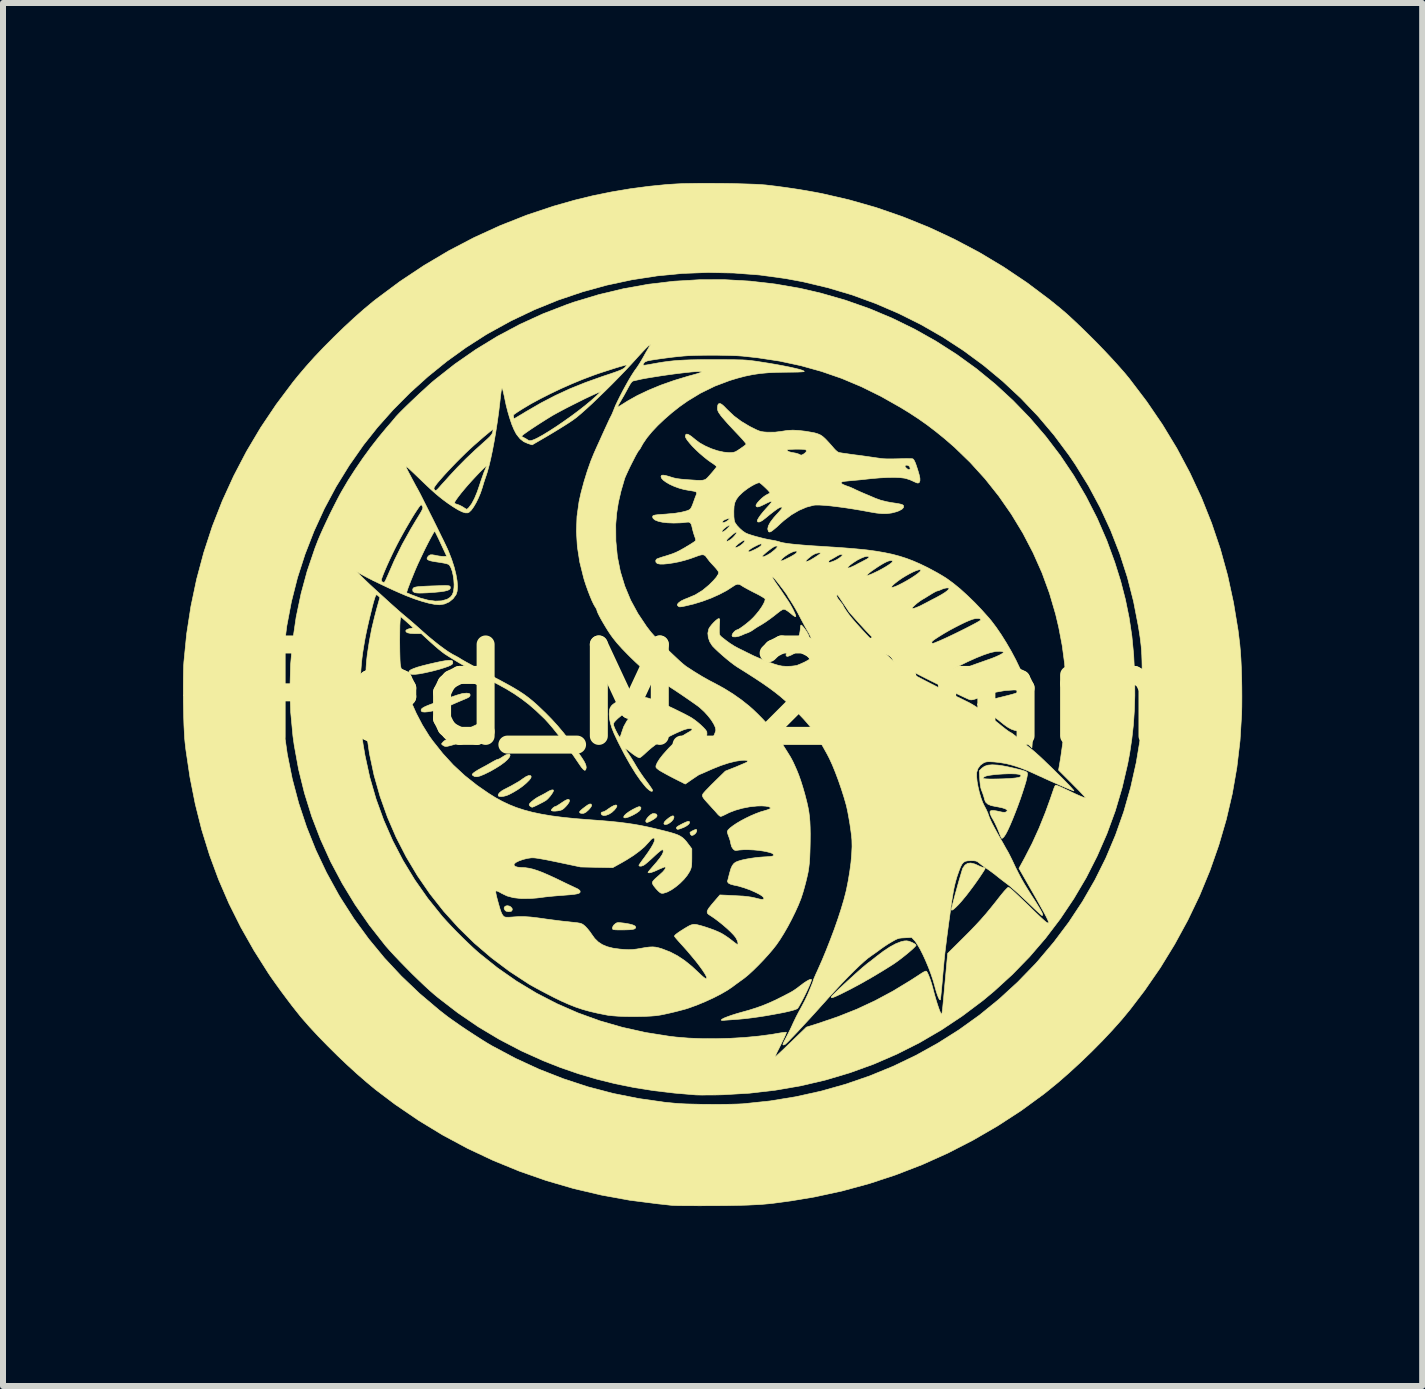
<source format=kicad_pcb>
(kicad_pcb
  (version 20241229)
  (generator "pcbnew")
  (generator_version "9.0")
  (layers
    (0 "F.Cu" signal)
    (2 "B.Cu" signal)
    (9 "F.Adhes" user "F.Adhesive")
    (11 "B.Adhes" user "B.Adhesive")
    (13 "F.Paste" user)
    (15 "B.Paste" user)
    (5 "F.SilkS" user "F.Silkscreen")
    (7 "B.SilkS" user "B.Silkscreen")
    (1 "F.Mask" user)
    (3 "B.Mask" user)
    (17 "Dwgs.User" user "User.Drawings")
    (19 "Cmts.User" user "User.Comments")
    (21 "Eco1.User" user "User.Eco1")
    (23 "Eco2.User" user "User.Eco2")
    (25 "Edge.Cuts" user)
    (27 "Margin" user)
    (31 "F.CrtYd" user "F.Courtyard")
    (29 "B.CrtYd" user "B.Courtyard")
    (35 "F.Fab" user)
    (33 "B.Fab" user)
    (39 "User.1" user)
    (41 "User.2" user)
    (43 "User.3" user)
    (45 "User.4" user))
  (footprint "Red_M_20mm"
    (layer "F.Cu")
    (at 8.817 8.525)
    (property "Reference" "Red_M_20mm" (at 0 0 0) (layer "F.SilkS") (effects (font (size 1.524 1.524) (thickness 0.3))))
    (attr through_hole)
    (fp_poly (pts (xy -3.38 3.525) (xy -3.356 3.538) (xy -3.333 3.563) (xy -3.329 3.589) (xy -3.342 3.609) (xy -3.347 3.612) (xy -3.391 3.619) (xy -3.431 3.611) (xy -3.447 3.6) (xy -3.465 3.57) (xy -3.463 3.545) (xy -3.444 3.527) (xy -3.415 3.519) (xy -3.38 3.525)) (stroke (width 0.01) (type solid)) (fill yes) (layer "F.SilkS"))
    (fp_poly (pts (xy -0.637 2.031) (xy -0.635 2.045) (xy -0.645 2.077) (xy -0.671 2.11) (xy -0.706 2.139) (xy -0.743 2.16) (xy -0.778 2.167) (xy -0.797 2.162) (xy -0.803 2.145) (xy -0.789 2.118) (xy -0.756 2.085) (xy -0.721 2.057) (xy -0.678 2.029) (xy -0.65 2.021) (xy -0.637 2.031)) (stroke (width 0.01) (type solid)) (fill yes) (layer "F.SilkS"))
    (fp_poly (pts (xy -0.255 2.257) (xy -0.256 2.279) (xy -0.269 2.305) (xy -0.283 2.322) (xy -0.317 2.345) (xy -0.344 2.347) (xy -0.361 2.329) (xy -0.367 2.307) (xy -0.368 2.3) (xy -0.358 2.29) (xy -0.333 2.275) (xy -0.303 2.26) (xy -0.276 2.25) (xy -0.266 2.248) (xy -0.255 2.257)) (stroke (width 0.01) (type solid)) (fill yes) (layer "F.SilkS"))
    (fp_poly (pts (xy -2.015 1.826) (xy -2.007 1.847) (xy -2.007 1.849) (xy -2.015 1.869) (xy -2.037 1.899) (xy -2.062 1.926) (xy -2.102 1.961) (xy -2.135 1.978) (xy -2.155 1.981) (xy -2.185 1.979) (xy -2.201 1.973) (xy -2.208 1.962) (xy -2.205 1.949) (xy -2.188 1.931) (xy -2.156 1.903) (xy -2.126 1.88) (xy -2.074 1.842) (xy -2.037 1.824) (xy -2.015 1.826)) (stroke (width 0.01) (type solid)) (fill yes) (layer "F.SilkS"))
    (fp_poly (pts (xy -1.189 1.879) (xy -1.185 1.887) (xy -1.189 1.912) (xy -1.214 1.943) (xy -1.261 1.977) (xy -1.326 2.013) (xy -1.328 2.014) (xy -1.393 2.042) (xy -1.439 2.055) (xy -1.466 2.054) (xy -1.473 2.041) (xy -1.462 2.017) (xy -1.43 1.986) (xy -1.38 1.95) (xy -1.317 1.913) (xy -1.263 1.886) (xy -1.226 1.871) (xy -1.203 1.869) (xy -1.189 1.879)) (stroke (width 0.01) (type solid)) (fill yes) (layer "F.SilkS"))
    (fp_poly (pts (xy -1.588 1.845) (xy -1.586 1.863) (xy -1.603 1.894) (xy -1.627 1.924) (xy -1.67 1.964) (xy -1.718 1.994) (xy -1.765 2.012) (xy -1.806 2.017) (xy -1.836 2.006) (xy -1.84 2.002) (xy -1.85 1.977) (xy -1.837 1.96) (xy -1.817 1.956) (xy -1.795 1.948) (xy -1.762 1.93) (xy -1.739 1.913) (xy -1.683 1.875) (xy -1.638 1.851) (xy -1.606 1.841) (xy -1.588 1.845)) (stroke (width 0.01) (type solid)) (fill yes) (layer "F.SilkS"))
    (fp_poly (pts (xy -0.961 1.984) (xy -0.93 1.992) (xy -0.917 2.011) (xy -0.917 2.015) (xy -0.92 2.033) (xy -0.936 2.052) (xy -0.97 2.077) (xy -0.988 2.088) (xy -1.041 2.117) (xy -1.076 2.131) (xy -1.097 2.129) (xy -1.105 2.112) (xy -1.105 2.106) (xy -1.096 2.082) (xy -1.072 2.049) (xy -1.053 2.029) (xy -1.018 1.999) (xy -0.99 1.985) (xy -0.961 1.984) (xy -0.961 1.984)) (stroke (width 0.01) (type solid)) (fill yes) (layer "F.SilkS"))
    (fp_poly (pts (xy -0.378 2.118) (xy -0.374 2.138) (xy -0.39 2.162) (xy -0.423 2.188) (xy -0.469 2.213) (xy -0.492 2.222) (xy -0.537 2.239) (xy -0.565 2.246) (xy -0.58 2.245) (xy -0.589 2.237) (xy -0.591 2.235) (xy -0.594 2.222) (xy -0.587 2.209) (xy -0.565 2.192) (xy -0.525 2.17) (xy -0.489 2.151) (xy -0.438 2.127) (xy -0.405 2.115) (xy -0.386 2.114) (xy -0.378 2.118)) (stroke (width 0.01) (type solid)) (fill yes) (layer "F.SilkS"))
    (fp_poly (pts (xy -2.384 1.749) (xy -2.375 1.768) (xy -2.375 1.77) (xy -2.384 1.796) (xy -2.407 1.831) (xy -2.439 1.868) (xy -2.473 1.901) (xy -2.502 1.921) (xy -2.534 1.932) (xy -2.575 1.939) (xy -2.617 1.943) (xy -2.653 1.942) (xy -2.675 1.936) (xy -2.68 1.93) (xy -2.67 1.91) (xy -2.648 1.887) (xy -2.624 1.87) (xy -2.612 1.867) (xy -2.595 1.86) (xy -2.563 1.841) (xy -2.522 1.815) (xy -2.504 1.802) (xy -2.448 1.766) (xy -2.408 1.748) (xy -2.384 1.749)) (stroke (width 0.01) (type solid)) (fill yes) (layer "F.SilkS"))
    (fp_poly (pts (xy -1.536 3.802) (xy -1.489 3.807) (xy -1.464 3.81) (xy -1.38 3.824) (xy -1.32 3.84) (xy -1.285 3.857) (xy -1.272 3.877) (xy -1.272 3.882) (xy -1.28 3.897) (xy -1.297 3.908) (xy -1.328 3.915) (xy -1.376 3.92) (xy -1.443 3.922) (xy -1.496 3.923) (xy -1.564 3.923) (xy -1.611 3.921) (xy -1.64 3.918) (xy -1.655 3.911) (xy -1.659 3.906) (xy -1.658 3.877) (xy -1.639 3.844) (xy -1.606 3.815) (xy -1.588 3.805) (xy -1.567 3.801) (xy -1.536 3.802)) (stroke (width 0.01) (type solid)) (fill yes) (layer "F.SilkS"))
    (fp_poly (pts (xy -3.027 1.351) (xy -3.02 1.356) (xy -3.014 1.372) (xy -3.023 1.396) (xy -3.049 1.429) (xy -3.094 1.474) (xy -3.109 1.487) (xy -3.166 1.534) (xy -3.236 1.583) (xy -3.311 1.628) (xy -3.381 1.665) (xy -3.426 1.684) (xy -3.473 1.696) (xy -3.516 1.701) (xy -3.549 1.697) (xy -3.563 1.689) (xy -3.563 1.666) (xy -3.543 1.638) (xy -3.508 1.608) (xy -3.464 1.582) (xy -3.36 1.529) (xy -3.269 1.478) (xy -3.194 1.433) (xy -3.156 1.405) (xy -3.1 1.368) (xy -3.057 1.35) (xy -3.027 1.351)) (stroke (width 0.01) (type solid)) (fill yes) (layer "F.SilkS"))
    (fp_poly (pts (xy -4.352 -0.569) (xy -4.329 -0.561) (xy -4.323 -0.552) (xy -4.321 -0.524) (xy -4.326 -0.51) (xy -4.349 -0.492) (xy -4.394 -0.471) (xy -4.462 -0.447) (xy -4.549 -0.42) (xy -4.655 -0.392) (xy -4.676 -0.387) (xy -4.791 -0.361) (xy -4.883 -0.344) (xy -4.953 -0.336) (xy -5.003 -0.337) (xy -5.026 -0.343) (xy -5.048 -0.359) (xy -5.055 -0.374) (xy -5.046 -0.393) (xy -5.021 -0.412) (xy -4.977 -0.432) (xy -4.913 -0.455) (xy -4.828 -0.479) (xy -4.72 -0.506) (xy -4.629 -0.527) (xy -4.528 -0.549) (xy -4.45 -0.563) (xy -4.392 -0.569) (xy -4.352 -0.569)) (stroke (width 0.01) (type solid)) (fill yes) (layer "F.SilkS"))
    (fp_poly (pts (xy -2.646 1.591) (xy -2.642 1.601) (xy -2.65 1.623) (xy -2.671 1.657) (xy -2.699 1.695) (xy -2.731 1.731) (xy -2.759 1.758) (xy -2.76 1.758) (xy -2.784 1.774) (xy -2.821 1.795) (xy -2.866 1.818) (xy -2.913 1.842) (xy -2.955 1.862) (xy -2.986 1.875) (xy -3 1.879) (xy -3.012 1.873) (xy -3.026 1.866) (xy -3.044 1.847) (xy -3.048 1.836) (xy -3.038 1.815) (xy -3.01 1.787) (xy -2.971 1.755) (xy -2.925 1.723) (xy -2.879 1.697) (xy -2.873 1.694) (xy -2.822 1.668) (xy -2.769 1.639) (xy -2.746 1.625) (xy -2.701 1.6) (xy -2.666 1.589) (xy -2.646 1.591)) (stroke (width 0.01) (type solid)) (fill yes) (layer "F.SilkS"))
    (fp_poly (pts (xy 1.495 -1.153) (xy 1.502 -1.146) (xy 1.522 -1.124) (xy 1.549 -1.089) (xy 1.577 -1.049) (xy 1.612 -0.984) (xy 1.625 -0.929) (xy 1.617 -0.88) (xy 1.605 -0.856) (xy 1.58 -0.829) (xy 1.538 -0.794) (xy 1.486 -0.757) (xy 1.428 -0.719) (xy 1.37 -0.685) (xy 1.317 -0.657) (xy 1.275 -0.64) (xy 1.251 -0.635) (xy 1.235 -0.646) (xy 1.232 -0.66) (xy 1.24 -0.679) (xy 1.261 -0.712) (xy 1.293 -0.754) (xy 1.321 -0.788) (xy 1.377 -0.855) (xy 1.416 -0.91) (xy 1.443 -0.96) (xy 1.459 -1.009) (xy 1.468 -1.064) (xy 1.47 -1.081) (xy 1.474 -1.127) (xy 1.478 -1.151) (xy 1.484 -1.159) (xy 1.495 -1.153)) (stroke (width 0.01) (type solid)) (fill yes) (layer "F.SilkS"))
    (fp_poly (pts (xy -4.399 -1.814) (xy -4.381 -1.811) (xy -4.37 -1.806) (xy -4.365 -1.799) (xy -4.364 -1.797) (xy -4.361 -1.773) (xy -4.374 -1.753) (xy -4.404 -1.737) (xy -4.454 -1.724) (xy -4.525 -1.713) (xy -4.619 -1.704) (xy -4.652 -1.702) (xy -4.747 -1.695) (xy -4.821 -1.692) (xy -4.876 -1.691) (xy -4.917 -1.693) (xy -4.946 -1.697) (xy -4.963 -1.703) (xy -4.985 -1.719) (xy -4.989 -1.747) (xy -4.989 -1.749) (xy -4.985 -1.764) (xy -4.977 -1.776) (xy -4.961 -1.785) (xy -4.935 -1.792) (xy -4.895 -1.798) (xy -4.839 -1.802) (xy -4.765 -1.806) (xy -4.669 -1.81) (xy -4.628 -1.811) (xy -4.541 -1.814) (xy -4.476 -1.816) (xy -4.43 -1.816) (xy -4.399 -1.814)) (stroke (width 0.01) (type solid)) (fill yes) (layer "F.SilkS"))
    (fp_poly (pts (xy -3.375 0.993) (xy -3.366 1.01) (xy -3.365 1.011) (xy -3.377 1.043) (xy -3.409 1.083) (xy -3.46 1.129) (xy -3.527 1.178) (xy -3.608 1.229) (xy -3.699 1.281) (xy -3.799 1.33) (xy -3.802 1.331) (xy -3.868 1.358) (xy -3.917 1.37) (xy -3.956 1.367) (xy -3.982 1.352) (xy -3.997 1.339) (xy -3.996 1.328) (xy -3.979 1.31) (xy -3.969 1.302) (xy -3.94 1.281) (xy -3.896 1.254) (xy -3.845 1.226) (xy -3.829 1.217) (xy -3.772 1.187) (xy -3.714 1.154) (xy -3.665 1.126) (xy -3.658 1.122) (xy -3.618 1.1) (xy -3.585 1.084) (xy -3.568 1.08) (xy -3.547 1.073) (xy -3.514 1.054) (xy -3.485 1.035) (xy -3.439 1.007) (xy -3.401 0.993) (xy -3.375 0.993)) (stroke (width 0.01) (type solid)) (fill yes) (layer "F.SilkS"))
    (fp_poly (pts (xy -3.673 0.417) (xy -3.662 0.443) (xy -3.665 0.479) (xy -3.675 0.504) (xy -3.716 0.56) (xy -3.781 0.615) (xy -3.869 0.669) (xy -3.978 0.722) (xy -4.107 0.773) (xy -4.256 0.821) (xy -4.326 0.841) (xy -4.381 0.856) (xy -4.417 0.864) (xy -4.441 0.865) (xy -4.459 0.861) (xy -4.475 0.853) (xy -4.499 0.836) (xy -4.508 0.823) (xy -4.508 0.823) (xy -4.5 0.81) (xy -4.479 0.787) (xy -4.467 0.776) (xy -4.446 0.761) (xy -4.406 0.739) (xy -4.351 0.709) (xy -4.283 0.674) (xy -4.206 0.636) (xy -4.125 0.597) (xy -4.041 0.557) (xy -3.959 0.518) (xy -3.883 0.483) (xy -3.814 0.452) (xy -3.758 0.428) (xy -3.718 0.412) (xy -3.696 0.406) (xy -3.696 0.406) (xy -3.673 0.417)) (stroke (width 0.01) (type solid)) (fill yes) (layer "F.SilkS"))
    (fp_poly (pts (xy -4.091 -0.023) (xy -4.055 -0.019) (xy -4.038 -0.011) (xy -4.032 0.005) (xy -4.032 0.01) (xy -4.036 0.026) (xy -4.048 0.04) (xy -4.075 0.056) (xy -4.12 0.076) (xy -4.14 0.084) (xy -4.204 0.111) (xy -4.274 0.141) (xy -4.335 0.168) (xy -4.343 0.172) (xy -4.423 0.205) (xy -4.506 0.233) (xy -4.587 0.257) (xy -4.663 0.275) (xy -4.731 0.287) (xy -4.786 0.292) (xy -4.825 0.289) (xy -4.845 0.277) (xy -4.846 0.275) (xy -4.849 0.259) (xy -4.844 0.243) (xy -4.827 0.227) (xy -4.798 0.209) (xy -4.752 0.188) (xy -4.689 0.163) (xy -4.605 0.133) (xy -4.54 0.11) (xy -4.464 0.084) (xy -4.388 0.057) (xy -4.32 0.033) (xy -4.265 0.014) (xy -4.243 0.007) (xy -4.159 -0.017) (xy -4.092 -0.023) (xy -4.091 -0.023)) (stroke (width 0.01) (type solid)) (fill yes) (layer "F.SilkS"))
    (fp_poly (pts (xy 4.377 2.824) (xy 4.425 2.845) (xy 4.467 2.865) (xy 4.502 2.878) (xy 4.522 2.883) (xy 4.545 2.888) (xy 4.552 2.894) (xy 4.547 2.908) (xy 4.53 2.938) (xy 4.501 2.983) (xy 4.465 3.037) (xy 4.423 3.098) (xy 4.377 3.163) (xy 4.329 3.228) (xy 4.283 3.289) (xy 4.241 3.344) (xy 4.226 3.362) (xy 4.164 3.437) (xy 4.109 3.499) (xy 4.062 3.546) (xy 4.025 3.579) (xy 4 3.594) (xy 3.989 3.591) (xy 3.988 3.586) (xy 3.991 3.567) (xy 4.001 3.528) (xy 4.015 3.472) (xy 4.033 3.404) (xy 4.053 3.327) (xy 4.076 3.246) (xy 4.098 3.165) (xy 4.12 3.088) (xy 4.141 3.018) (xy 4.158 2.96) (xy 4.171 2.917) (xy 4.179 2.894) (xy 4.18 2.893) (xy 4.215 2.843) (xy 4.259 2.814) (xy 4.312 2.808) (xy 4.377 2.824)) (stroke (width 0.01) (type solid)) (fill yes) (layer "F.SilkS"))
    (fp_poly (pts (xy 3.282 4.112) (xy 3.329 4.13) (xy 3.334 4.132) (xy 3.37 4.151) (xy 3.395 4.168) (xy 3.401 4.178) (xy 3.388 4.197) (xy 3.358 4.227) (xy 3.314 4.267) (xy 3.261 4.312) (xy 3.203 4.359) (xy 3.143 4.406) (xy 3.084 4.45) (xy 3.031 4.487) (xy 3.016 4.497) (xy 2.837 4.609) (xy 2.654 4.718) (xy 2.473 4.821) (xy 2.301 4.913) (xy 2.245 4.941) (xy 2.158 4.985) (xy 2.091 5.017) (xy 2.043 5.038) (xy 2.011 5.05) (xy 1.993 5.053) (xy 1.987 5.047) (xy 1.991 5.034) (xy 1.992 5.032) (xy 2.006 5.015) (xy 2.036 4.985) (xy 2.079 4.942) (xy 2.133 4.891) (xy 2.194 4.834) (xy 2.26 4.773) (xy 2.328 4.711) (xy 2.395 4.65) (xy 2.458 4.594) (xy 2.514 4.545) (xy 2.561 4.506) (xy 2.595 4.478) (xy 2.598 4.476) (xy 2.632 4.451) (xy 2.677 4.416) (xy 2.725 4.378) (xy 2.737 4.368) (xy 2.856 4.278) (xy 2.965 4.206) (xy 3.063 4.153) (xy 3.15 4.119) (xy 3.203 4.107) (xy 3.244 4.105) (xy 3.282 4.112)) (stroke (width 0.01) (type solid)) (fill yes) (layer "F.SilkS"))
    (fp_poly (pts (xy 1.657 4.75) (xy 1.655 4.766) (xy 1.643 4.8) (xy 1.623 4.849) (xy 1.597 4.907) (xy 1.567 4.971) (xy 1.535 5.036) (xy 1.503 5.098) (xy 1.473 5.153) (xy 1.448 5.198) (xy 1.429 5.227) (xy 1.421 5.235) (xy 1.393 5.248) (xy 1.343 5.264) (xy 1.275 5.281) (xy 1.191 5.3) (xy 1.095 5.318) (xy 0.991 5.337) (xy 0.882 5.356) (xy 0.771 5.373) (xy 0.662 5.388) (xy 0.557 5.401) (xy 0.461 5.41) (xy 0.376 5.417) (xy 0.375 5.417) (xy 0.314 5.421) (xy 0.258 5.425) (xy 0.215 5.428) (xy 0.2 5.43) (xy 0.17 5.431) (xy 0.153 5.427) (xy 0.152 5.425) (xy 0.164 5.412) (xy 0.198 5.393) (xy 0.251 5.372) (xy 0.32 5.347) (xy 0.402 5.321) (xy 0.489 5.296) (xy 0.615 5.261) (xy 0.728 5.225) (xy 0.834 5.188) (xy 0.937 5.146) (xy 1.044 5.098) (xy 1.159 5.041) (xy 1.289 4.974) (xy 1.322 4.956) (xy 1.36 4.933) (xy 1.408 4.9) (xy 1.457 4.863) (xy 1.466 4.856) (xy 1.527 4.81) (xy 1.58 4.775) (xy 1.621 4.753) (xy 1.648 4.746) (xy 1.657 4.75)) (stroke (width 0.01) (type solid)) (fill yes) (layer "F.SilkS"))
    (fp_poly (pts (xy 4.759 1.176) (xy 4.79 1.18) (xy 4.849 1.189) (xy 4.917 1.202) (xy 4.99 1.218) (xy 5.062 1.235) (xy 5.128 1.251) (xy 5.184 1.267) (xy 5.223 1.28) (xy 5.24 1.289) (xy 5.252 1.3) (xy 5.257 1.315) (xy 5.255 1.341) (xy 5.247 1.385) (xy 5.247 1.386) (xy 5.231 1.453) (xy 5.205 1.538) (xy 5.173 1.637) (xy 5.136 1.746) (xy 5.095 1.859) (xy 5.052 1.971) (xy 5.009 2.079) (xy 4.967 2.178) (xy 4.928 2.263) (xy 4.924 2.271) (xy 4.893 2.33) (xy 4.865 2.371) (xy 4.842 2.394) (xy 4.825 2.395) (xy 4.822 2.391) (xy 4.815 2.376) (xy 4.801 2.342) (xy 4.783 2.296) (xy 4.769 2.261) (xy 4.743 2.201) (xy 4.715 2.142) (xy 4.69 2.093) (xy 4.679 2.076) (xy 4.656 2.035) (xy 4.639 1.995) (xy 4.633 1.975) (xy 4.633 1.948) (xy 4.647 1.936) (xy 4.666 1.933) (xy 4.697 1.933) (xy 4.742 1.94) (xy 4.788 1.95) (xy 4.84 1.961) (xy 4.874 1.963) (xy 4.897 1.958) (xy 4.901 1.956) (xy 4.92 1.939) (xy 4.914 1.922) (xy 4.886 1.904) (xy 4.836 1.888) (xy 4.766 1.873) (xy 4.725 1.866) (xy 4.649 1.85) (xy 4.595 1.826) (xy 4.56 1.793) (xy 4.541 1.748) (xy 4.541 1.745) (xy 4.534 1.717) (xy 4.524 1.684) (xy 4.509 1.64) (xy 4.486 1.581) (xy 4.477 1.546) (xy 4.469 1.494) (xy 4.463 1.434) (xy 4.461 1.401) (xy 4.461 1.397) (xy 4.515 1.397) (xy 4.515 1.398) (xy 4.531 1.402) (xy 4.568 1.406) (xy 4.622 1.408) (xy 4.69 1.408) (xy 4.768 1.407) (xy 4.851 1.405) (xy 4.936 1.401) (xy 4.974 1.399) (xy 5.055 1.391) (xy 5.111 1.382) (xy 5.143 1.369) (xy 5.15 1.354) (xy 5.136 1.337) (xy 5.11 1.329) (xy 5.064 1.323) (xy 5.002 1.321) (xy 4.929 1.321) (xy 4.851 1.324) (xy 4.772 1.329) (xy 4.697 1.336) (xy 4.63 1.345) (xy 4.578 1.355) (xy 4.544 1.367) (xy 4.521 1.383) (xy 4.515 1.397) (xy 4.461 1.397) (xy 4.454 1.271) (xy 4.498 1.227) (xy 4.541 1.196) (xy 4.597 1.177) (xy 4.669 1.171) (xy 4.759 1.176)) (stroke (width 0.01) (type solid)) (fill yes) (layer "F.SilkS"))
    (fp_poly (pts (xy 0.043 -8.519) (xy 0.19 -8.518) (xy 0.335 -8.516) (xy 0.474 -8.512) (xy 0.604 -8.508) (xy 0.721 -8.504) (xy 0.821 -8.498) (xy 0.9 -8.492) (xy 0.914 -8.49) (xy 1.065 -8.472) (xy 1.229 -8.45) (xy 1.399 -8.425) (xy 1.565 -8.398) (xy 1.721 -8.37) (xy 1.827 -8.35) (xy 2.282 -8.245) (xy 2.731 -8.117) (xy 3.174 -7.964) (xy 3.61 -7.788) (xy 4.036 -7.589) (xy 4.452 -7.369) (xy 4.856 -7.127) (xy 5.248 -6.864) (xy 5.625 -6.581) (xy 5.81 -6.431) (xy 5.915 -6.341) (xy 6.031 -6.234) (xy 6.155 -6.116) (xy 6.285 -5.989) (xy 6.416 -5.858) (xy 6.544 -5.725) (xy 6.667 -5.594) (xy 6.78 -5.469) (xy 6.881 -5.354) (xy 6.955 -5.264) (xy 7.243 -4.885) (xy 7.507 -4.498) (xy 7.747 -4.102) (xy 7.963 -3.696) (xy 8.156 -3.282) (xy 8.325 -2.858) (xy 8.471 -2.425) (xy 8.593 -1.983) (xy 8.691 -1.53) (xy 8.767 -1.068) (xy 8.795 -0.838) (xy 8.805 -0.726) (xy 8.814 -0.594) (xy 8.821 -0.446) (xy 8.826 -0.287) (xy 8.829 -0.123) (xy 8.83 0.041) (xy 8.829 0.201) (xy 8.826 0.327) (xy 8.799 0.771) (xy 8.747 1.212) (xy 8.671 1.65) (xy 8.57 2.083) (xy 8.445 2.512) (xy 8.297 2.935) (xy 8.125 3.352) (xy 7.929 3.761) (xy 7.711 4.161) (xy 7.471 4.553) (xy 7.208 4.934) (xy 6.966 5.251) (xy 6.829 5.417) (xy 6.674 5.591) (xy 6.505 5.771) (xy 6.326 5.952) (xy 6.141 6.13) (xy 5.954 6.302) (xy 5.77 6.463) (xy 5.591 6.609) (xy 5.531 6.657) (xy 5.152 6.934) (xy 4.758 7.19) (xy 4.351 7.426) (xy 3.933 7.641) (xy 3.504 7.834) (xy 3.065 8.004) (xy 2.619 8.151) (xy 2.167 8.274) (xy 1.71 8.373) (xy 1.321 8.438) (xy 1.204 8.454) (xy 1.107 8.467) (xy 1.025 8.478) (xy 0.953 8.486) (xy 0.886 8.492) (xy 0.818 8.498) (xy 0.744 8.502) (xy 0.659 8.506) (xy 0.603 8.509) (xy 0.539 8.511) (xy 0.457 8.513) (xy 0.362 8.515) (xy 0.256 8.517) (xy 0.143 8.518) (xy 0.026 8.519) (xy -0.092 8.519) (xy -0.207 8.52) (xy -0.317 8.519) (xy -0.418 8.519) (xy -0.506 8.518) (xy -0.579 8.517) (xy -0.633 8.515) (xy -0.665 8.514) (xy -0.667 8.513) (xy -0.693 8.511) (xy -0.738 8.506) (xy -0.798 8.499) (xy -0.866 8.492) (xy -0.895 8.489) (xy -1.373 8.428) (xy -1.844 8.342) (xy -2.308 8.233) (xy -2.764 8.1) (xy -3.211 7.944) (xy -3.648 7.765) (xy -4.075 7.564) (xy -4.49 7.341) (xy -4.893 7.096) (xy -5.283 6.83) (xy -5.611 6.582) (xy -5.759 6.459) (xy -5.917 6.322) (xy -6.081 6.172) (xy -6.246 6.015) (xy -6.407 5.855) (xy -6.562 5.696) (xy -6.705 5.542) (xy -6.832 5.397) (xy -6.855 5.37) (xy -6.926 5.281) (xy -7.008 5.177) (xy -7.094 5.063) (xy -7.182 4.945) (xy -7.267 4.827) (xy -7.345 4.717) (xy -7.392 4.648) (xy -7.635 4.264) (xy -7.854 3.877) (xy -8.051 3.483) (xy -8.224 3.083) (xy -8.375 2.674) (xy -8.505 2.254) (xy -8.613 1.824) (xy -8.701 1.38) (xy -8.769 0.921) (xy -8.783 0.8) (xy -8.79 0.726) (xy -8.795 0.631) (xy -8.801 0.519) (xy -8.805 0.395) (xy -8.808 0.261) (xy -8.811 0.123) (xy -8.812 -0.015) (xy -8.812 -0.117) (xy -7.156 -0.117) (xy -7.156 0.011) (xy -7.155 0.136) (xy -7.153 0.255) (xy -7.15 0.362) (xy -7.147 0.455) (xy -7.143 0.529) (xy -7.139 0.572) (xy -7.079 0.994) (xy -6.996 1.407) (xy -6.889 1.811) (xy -6.758 2.206) (xy -6.604 2.591) (xy -6.426 2.967) (xy -6.225 3.333) (xy -6.194 3.385) (xy -5.969 3.736) (xy -5.724 4.071) (xy -5.461 4.39) (xy -5.178 4.693) (xy -4.874 4.983) (xy -4.549 5.258) (xy -4.475 5.316) (xy -4.4 5.374) (xy -4.307 5.44) (xy -4.203 5.513) (xy -4.092 5.588) (xy -3.979 5.662) (xy -3.87 5.732) (xy -3.77 5.795) (xy -3.684 5.846) (xy -3.67 5.854) (xy -3.28 6.062) (xy -2.883 6.245) (xy -2.479 6.403) (xy -2.068 6.538) (xy -1.649 6.648) (xy -1.223 6.733) (xy -0.789 6.795) (xy -0.616 6.812) (xy -0.536 6.818) (xy -0.436 6.823) (xy -0.321 6.826) (xy -0.195 6.829) (xy -0.063 6.83) (xy 0.07 6.831) (xy 0.199 6.83) (xy 0.318 6.828) (xy 0.424 6.825) (xy 0.511 6.821) (xy 0.534 6.819) (xy 0.97 6.773) (xy 1.397 6.703) (xy 1.817 6.61) (xy 2.228 6.494) (xy 2.628 6.356) (xy 3.018 6.196) (xy 3.397 6.014) (xy 3.763 5.811) (xy 4.117 5.587) (xy 4.457 5.343) (xy 4.782 5.078) (xy 5.092 4.794) (xy 5.386 4.491) (xy 5.423 4.45) (xy 5.696 4.127) (xy 5.947 3.793) (xy 6.175 3.448) (xy 6.381 3.091) (xy 6.564 2.723) (xy 6.724 2.343) (xy 6.862 1.952) (xy 6.977 1.548) (xy 7.07 1.133) (xy 7.141 0.706) (xy 7.141 0.705) (xy 7.147 0.654) (xy 7.153 0.607) (xy 7.157 0.559) (xy 7.161 0.509) (xy 7.164 0.452) (xy 7.166 0.387) (xy 7.167 0.309) (xy 7.168 0.217) (xy 7.169 0.106) (xy 7.169 -0.026) (xy 7.169 -0.083) (xy 7.169 -0.234) (xy 7.168 -0.363) (xy 7.167 -0.473) (xy 7.165 -0.569) (xy 7.162 -0.653) (xy 7.158 -0.73) (xy 7.152 -0.801) (xy 7.144 -0.872) (xy 7.135 -0.945) (xy 7.123 -1.025) (xy 7.109 -1.113) (xy 7.104 -1.143) (xy 7.025 -1.551) (xy 6.922 -1.954) (xy 6.795 -2.348) (xy 6.644 -2.735) (xy 6.47 -3.112) (xy 6.274 -3.478) (xy 6.055 -3.832) (xy 5.949 -3.988) (xy 5.701 -4.321) (xy 5.433 -4.638) (xy 5.147 -4.938) (xy 4.844 -5.221) (xy 4.525 -5.486) (xy 4.191 -5.732) (xy 3.843 -5.959) (xy 3.482 -6.166) (xy 3.109 -6.352) (xy 2.725 -6.517) (xy 2.331 -6.661) (xy 1.927 -6.781) (xy 1.516 -6.879) (xy 1.226 -6.933) (xy 0.795 -6.992) (xy 0.365 -7.025) (xy -0.065 -7.034) (xy -0.492 -7.018) (xy -0.916 -6.977) (xy -1.337 -6.912) (xy -1.753 -6.823) (xy -2.163 -6.71) (xy -2.567 -6.573) (xy -2.963 -6.412) (xy -3.35 -6.228) (xy -3.728 -6.02) (xy -3.774 -5.993) (xy -4.103 -5.782) (xy -4.425 -5.55) (xy -4.736 -5.298) (xy -5.034 -5.029) (xy -5.315 -4.746) (xy -5.577 -4.451) (xy -5.808 -4.16) (xy -6.048 -3.817) (xy -6.267 -3.462) (xy -6.462 -3.097) (xy -6.634 -2.722) (xy -6.783 -2.339) (xy -6.909 -1.948) (xy -7.01 -1.549) (xy -7.087 -1.144) (xy -7.139 -0.734) (xy -7.14 -0.73) (xy -7.144 -0.666) (xy -7.148 -0.581) (xy -7.151 -0.48) (xy -7.154 -0.367) (xy -7.155 -0.244) (xy -7.156 -0.117) (xy -8.812 -0.117) (xy -8.812 -0.148) (xy -8.811 -0.274) (xy -8.809 -0.387) (xy -8.806 -0.484) (xy -8.802 -0.546) (xy -8.756 -1.012) (xy -8.685 -1.471) (xy -8.59 -1.922) (xy -8.471 -2.366) (xy -8.329 -2.801) (xy -8.162 -3.227) (xy -7.972 -3.643) (xy -7.759 -4.051) (xy -7.523 -4.448) (xy -7.263 -4.835) (xy -6.981 -5.211) (xy -6.899 -5.312) (xy -6.771 -5.463) (xy -6.627 -5.624) (xy -6.47 -5.789) (xy -6.305 -5.955) (xy -6.136 -6.119) (xy -5.968 -6.275) (xy -5.804 -6.42) (xy -5.648 -6.55) (xy -5.594 -6.592) (xy -5.202 -6.884) (xy -4.799 -7.152) (xy -4.387 -7.396) (xy -3.964 -7.617) (xy -3.531 -7.815) (xy -3.088 -7.99) (xy -2.635 -8.141) (xy -2.286 -8.24) (xy -1.987 -8.313) (xy -1.677 -8.376) (xy -1.363 -8.429) (xy -1.052 -8.47) (xy -0.752 -8.5) (xy -0.588 -8.51) (xy -0.488 -8.515) (xy -0.372 -8.517) (xy -0.242 -8.519) (xy -0.103 -8.52) (xy 0.043 -8.519)) (stroke (width 0.01) (type solid)) (fill yes) (layer "F.SilkS"))
    (fp_poly (pts (xy 0.142 -4.847) (xy 0.164 -4.834) (xy 0.195 -4.808) (xy 0.237 -4.765) (xy 0.256 -4.746) (xy 0.362 -4.645) (xy 0.485 -4.553) (xy 0.627 -4.468) (xy 0.685 -4.439) (xy 0.742 -4.411) (xy 0.785 -4.393) (xy 0.823 -4.382) (xy 0.866 -4.376) (xy 0.923 -4.372) (xy 0.926 -4.372) (xy 1.052 -4.373) (xy 1.157 -4.386) (xy 1.253 -4.401) (xy 1.346 -4.406) (xy 1.444 -4.401) (xy 1.556 -4.388) (xy 1.644 -4.373) (xy 1.713 -4.36) (xy 1.765 -4.344) (xy 1.808 -4.325) (xy 1.845 -4.3) (xy 1.881 -4.268) (xy 1.899 -4.25) (xy 1.943 -4.203) (xy 1.988 -4.153) (xy 2.025 -4.11) (xy 2.028 -4.106) (xy 2.061 -4.071) (xy 2.092 -4.045) (xy 2.113 -4.034) (xy 2.135 -4.03) (xy 2.177 -4.023) (xy 2.237 -4.015) (xy 2.31 -4.004) (xy 2.392 -3.993) (xy 2.435 -3.988) (xy 2.523 -3.976) (xy 2.607 -3.964) (xy 2.683 -3.953) (xy 2.745 -3.944) (xy 2.789 -3.938) (xy 2.8 -3.936) (xy 2.849 -3.93) (xy 2.919 -3.927) (xy 3.007 -3.927) (xy 3.105 -3.929) (xy 3.179 -3.931) (xy 3.245 -3.932) (xy 3.298 -3.931) (xy 3.334 -3.93) (xy 3.348 -3.927) (xy 3.361 -3.914) (xy 3.375 -3.89) (xy 3.392 -3.852) (xy 3.411 -3.796) (xy 3.428 -3.744) (xy 3.451 -3.666) (xy 3.464 -3.608) (xy 3.465 -3.567) (xy 3.457 -3.54) (xy 3.448 -3.531) (xy 3.433 -3.524) (xy 3.412 -3.528) (xy 3.377 -3.543) (xy 3.356 -3.553) (xy 3.302 -3.577) (xy 3.242 -3.597) (xy 3.207 -3.606) (xy 3.133 -3.615) (xy 3.037 -3.619) (xy 2.925 -3.617) (xy 2.801 -3.611) (xy 2.669 -3.6) (xy 2.623 -3.595) (xy 2.54 -3.586) (xy 2.457 -3.577) (xy 2.379 -3.57) (xy 2.315 -3.564) (xy 2.291 -3.562) (xy 2.222 -3.555) (xy 2.177 -3.548) (xy 2.154 -3.538) (xy 2.151 -3.526) (xy 2.165 -3.511) (xy 2.165 -3.511) (xy 2.193 -3.496) (xy 2.232 -3.48) (xy 2.249 -3.474) (xy 2.298 -3.457) (xy 2.35 -3.434) (xy 2.363 -3.428) (xy 2.386 -3.416) (xy 2.413 -3.404) (xy 2.445 -3.389) (xy 2.488 -3.37) (xy 2.544 -3.346) (xy 2.616 -3.316) (xy 2.707 -3.277) (xy 2.723 -3.27) (xy 2.812 -3.238) (xy 2.908 -3.214) (xy 2.987 -3.199) (xy 3.062 -3.188) (xy 3.115 -3.179) (xy 3.151 -3.171) (xy 3.173 -3.163) (xy 3.185 -3.155) (xy 3.192 -3.145) (xy 3.192 -3.144) (xy 3.19 -3.116) (xy 3.165 -3.089) (xy 3.118 -3.063) (xy 3.076 -3.047) (xy 2.996 -3.026) (xy 2.918 -3.016) (xy 2.837 -3.015) (xy 2.744 -3.024) (xy 2.642 -3.041) (xy 2.496 -3.068) (xy 2.353 -3.092) (xy 2.217 -3.113) (xy 2.089 -3.13) (xy 1.974 -3.144) (xy 1.873 -3.153) (xy 1.789 -3.158) (xy 1.726 -3.158) (xy 1.696 -3.155) (xy 1.574 -3.123) (xy 1.448 -3.069) (xy 1.322 -2.995) (xy 1.2 -2.902) (xy 1.144 -2.853) (xy 1.08 -2.793) (xy 1.03 -2.751) (xy 0.994 -2.723) (xy 0.969 -2.71) (xy 0.951 -2.709) (xy 0.94 -2.718) (xy 0.939 -2.719) (xy 0.928 -2.759) (xy 0.938 -2.809) (xy 0.971 -2.871) (xy 1.026 -2.944) (xy 1.071 -2.995) (xy 1.11 -3.037) (xy 1.142 -3.074) (xy 1.162 -3.1) (xy 1.168 -3.111) (xy 1.161 -3.125) (xy 1.137 -3.121) (xy 1.097 -3.1) (xy 1.041 -3.06) (xy 0.967 -3.003) (xy 0.894 -2.943) (xy 0.837 -2.899) (xy 0.794 -2.877) (xy 0.766 -2.875) (xy 0.753 -2.89) (xy 0.758 -2.911) (xy 0.778 -2.946) (xy 0.81 -2.992) (xy 0.854 -3.047) (xy 0.905 -3.105) (xy 0.917 -3.118) (xy 0.954 -3.159) (xy 0.981 -3.192) (xy 0.997 -3.215) (xy 0.998 -3.222) (xy 0.984 -3.22) (xy 0.953 -3.209) (xy 0.911 -3.19) (xy 0.886 -3.177) (xy 0.826 -3.148) (xy 0.784 -3.131) (xy 0.756 -3.126) (xy 0.74 -3.132) (xy 0.732 -3.144) (xy 0.736 -3.164) (xy 0.756 -3.195) (xy 0.788 -3.231) (xy 0.826 -3.268) (xy 0.866 -3.301) (xy 0.904 -3.326) (xy 0.909 -3.328) (xy 0.942 -3.345) (xy 0.962 -3.358) (xy 0.965 -3.361) (xy 0.956 -3.376) (xy 0.933 -3.403) (xy 0.901 -3.435) (xy 0.865 -3.469) (xy 0.831 -3.5) (xy 0.803 -3.522) (xy 0.787 -3.531) (xy 0.787 -3.531) (xy 0.755 -3.523) (xy 0.709 -3.503) (xy 0.655 -3.473) (xy 0.598 -3.437) (xy 0.544 -3.397) (xy 0.506 -3.366) (xy 0.447 -3.309) (xy 0.407 -3.256) (xy 0.381 -3.202) (xy 0.367 -3.14) (xy 0.363 -3.061) (xy 0.363 -3.035) (xy 0.364 -2.965) (xy 0.369 -2.914) (xy 0.377 -2.879) (xy 0.384 -2.863) (xy 0.416 -2.817) (xy 0.462 -2.768) (xy 0.513 -2.723) (xy 0.562 -2.691) (xy 0.564 -2.69) (xy 0.6 -2.675) (xy 0.654 -2.657) (xy 0.72 -2.637) (xy 0.793 -2.618) (xy 0.866 -2.599) (xy 0.933 -2.585) (xy 0.987 -2.575) (xy 1 -2.573) (xy 1.05 -2.564) (xy 1.1 -2.552) (xy 1.117 -2.547) (xy 1.147 -2.537) (xy 1.185 -2.529) (xy 1.231 -2.521) (xy 1.289 -2.513) (xy 1.361 -2.505) (xy 1.447 -2.497) (xy 1.551 -2.488) (xy 1.674 -2.479) (xy 1.819 -2.47) (xy 1.986 -2.459) (xy 2.007 -2.458) (xy 2.219 -2.443) (xy 2.41 -2.427) (xy 2.58 -2.41) (xy 2.734 -2.389) (xy 2.874 -2.365) (xy 3.003 -2.338) (xy 3.123 -2.306) (xy 3.239 -2.269) (xy 3.352 -2.226) (xy 3.465 -2.177) (xy 3.581 -2.121) (xy 3.595 -2.114) (xy 3.672 -2.073) (xy 3.753 -2.029) (xy 3.83 -1.984) (xy 3.895 -1.944) (xy 3.917 -1.929) (xy 4.021 -1.853) (xy 4.135 -1.76) (xy 4.254 -1.652) (xy 4.376 -1.534) (xy 4.495 -1.409) (xy 4.609 -1.282) (xy 4.656 -1.226) (xy 4.736 -1.12) (xy 4.82 -0.997) (xy 4.905 -0.861) (xy 4.987 -0.72) (xy 5.063 -0.577) (xy 5.128 -0.441) (xy 5.173 -0.335) (xy 5.235 -0.151) (xy 5.284 0.048) (xy 5.32 0.255) (xy 5.34 0.463) (xy 5.344 0.663) (xy 5.34 0.754) (xy 5.331 0.888) (xy 5.237 0.803) (xy 5.198 0.766) (xy 5.167 0.736) (xy 5.148 0.717) (xy 5.144 0.711) (xy 5.154 0.701) (xy 5.178 0.686) (xy 5.182 0.683) (xy 5.211 0.663) (xy 5.219 0.647) (xy 5.205 0.633) (xy 5.167 0.621) (xy 5.106 0.61) (xy 5.102 0.609) (xy 5.042 0.597) (xy 4.987 0.577) (xy 4.93 0.546) (xy 4.866 0.501) (xy 4.812 0.457) (xy 4.754 0.411) (xy 4.69 0.364) (xy 4.628 0.321) (xy 4.604 0.306) (xy 4.553 0.273) (xy 4.504 0.24) (xy 4.467 0.212) (xy 4.458 0.204) (xy 4.432 0.18) (xy 4.423 0.165) (xy 4.429 0.154) (xy 4.435 0.148) (xy 4.453 0.141) (xy 4.492 0.128) (xy 4.549 0.112) (xy 4.619 0.093) (xy 4.699 0.073) (xy 4.759 0.058) (xy 4.861 0.033) (xy 4.94 0.013) (xy 5.001 -0.003) (xy 5.044 -0.016) (xy 5.074 -0.026) (xy 5.092 -0.035) (xy 5.102 -0.044) (xy 5.105 -0.053) (xy 5.105 -0.058) (xy 5.099 -0.068) (xy 5.078 -0.074) (xy 5.037 -0.076) (xy 5.026 -0.076) (xy 4.88 -0.066) (xy 4.724 -0.038) (xy 4.564 0.007) (xy 4.454 0.049) (xy 4.395 0.072) (xy 4.353 0.085) (xy 4.323 0.089) (xy 4.299 0.087) (xy 4.297 0.086) (xy 4.275 0.078) (xy 4.235 0.06) (xy 4.177 0.033) (xy 4.106 -0.001) (xy 4.024 -0.041) (xy 3.934 -0.085) (xy 3.839 -0.132) (xy 3.742 -0.181) (xy 3.646 -0.229) (xy 3.554 -0.275) (xy 3.468 -0.319) (xy 3.393 -0.358) (xy 3.346 -0.383) (xy 3.966 -0.383) (xy 3.967 -0.372) (xy 3.969 -0.368) (xy 3.973 -0.362) (xy 3.981 -0.36) (xy 3.994 -0.361) (xy 4.016 -0.368) (xy 4.051 -0.379) (xy 4.101 -0.398) (xy 4.17 -0.424) (xy 4.223 -0.444) (xy 4.305 -0.475) (xy 4.395 -0.508) (xy 4.483 -0.539) (xy 4.559 -0.566) (xy 4.573 -0.571) (xy 4.659 -0.601) (xy 4.733 -0.631) (xy 4.792 -0.658) (xy 4.834 -0.681) (xy 4.855 -0.699) (xy 4.858 -0.705) (xy 4.846 -0.713) (xy 4.817 -0.719) (xy 4.796 -0.721) (xy 4.728 -0.718) (xy 4.64 -0.699) (xy 4.534 -0.664) (xy 4.408 -0.614) (xy 4.263 -0.549) (xy 4.151 -0.494) (xy 4.079 -0.458) (xy 4.027 -0.43) (xy 3.993 -0.41) (xy 3.973 -0.395) (xy 3.966 -0.383) (xy 3.346 -0.383) (xy 3.33 -0.391) (xy 3.283 -0.416) (xy 3.259 -0.43) (xy 3.202 -0.469) (xy 3.131 -0.524) (xy 3.049 -0.594) (xy 2.958 -0.675) (xy 2.862 -0.764) (xy 2.763 -0.86) (xy 2.755 -0.869) (xy 3.66 -0.869) (xy 3.666 -0.86) (xy 3.666 -0.859) (xy 3.672 -0.854) (xy 3.679 -0.853) (xy 3.692 -0.855) (xy 3.717 -0.864) (xy 3.757 -0.881) (xy 3.792 -0.895) (xy 3.846 -0.919) (xy 3.912 -0.949) (xy 3.986 -0.984) (xy 4.065 -1.022) (xy 4.146 -1.062) (xy 4.224 -1.101) (xy 4.298 -1.139) (xy 4.363 -1.173) (xy 4.416 -1.202) (xy 4.454 -1.224) (xy 4.474 -1.238) (xy 4.476 -1.24) (xy 4.473 -1.259) (xy 4.448 -1.268) (xy 4.4 -1.267) (xy 4.384 -1.265) (xy 4.344 -1.255) (xy 4.286 -1.234) (xy 4.215 -1.203) (xy 4.135 -1.164) (xy 4.049 -1.12) (xy 3.961 -1.073) (xy 3.876 -1.024) (xy 3.81 -0.984) (xy 3.747 -0.944) (xy 3.704 -0.915) (xy 3.677 -0.894) (xy 3.663 -0.879) (xy 3.66 -0.869) (xy 2.755 -0.869) (xy 2.665 -0.96) (xy 2.568 -1.061) (xy 2.53 -1.102) (xy 2.467 -1.171) (xy 2.41 -1.234) (xy 2.36 -1.29) (xy 2.32 -1.335) (xy 2.293 -1.366) (xy 2.28 -1.382) (xy 2.28 -1.382) (xy 2.262 -1.41) (xy 2.244 -1.438) (xy 3.335 -1.438) (xy 3.348 -1.436) (xy 3.356 -1.436) (xy 3.381 -1.441) (xy 3.422 -1.457) (xy 3.473 -1.479) (xy 3.511 -1.499) (xy 3.579 -1.534) (xy 3.656 -1.575) (xy 3.73 -1.613) (xy 3.756 -1.627) (xy 3.828 -1.667) (xy 3.885 -1.703) (xy 3.926 -1.735) (xy 3.947 -1.759) (xy 3.95 -1.768) (xy 3.939 -1.777) (xy 3.911 -1.777) (xy 3.873 -1.77) (xy 3.832 -1.756) (xy 3.824 -1.752) (xy 3.789 -1.737) (xy 3.761 -1.728) (xy 3.754 -1.727) (xy 3.736 -1.721) (xy 3.704 -1.704) (xy 3.662 -1.68) (xy 3.65 -1.672) (xy 3.599 -1.641) (xy 3.548 -1.609) (xy 3.506 -1.585) (xy 3.504 -1.584) (xy 3.462 -1.556) (xy 3.414 -1.52) (xy 3.383 -1.493) (xy 3.351 -1.463) (xy 3.335 -1.446) (xy 3.335 -1.438) (xy 2.244 -1.438) (xy 2.237 -1.448) (xy 2.206 -1.494) (xy 2.174 -1.542) (xy 2.143 -1.588) (xy 2.117 -1.626) (xy 2.098 -1.653) (xy 2.089 -1.664) (xy 2.089 -1.664) (xy 2.082 -1.654) (xy 2.078 -1.645) (xy 2.083 -1.625) (xy 2.102 -1.593) (xy 2.128 -1.56) (xy 2.156 -1.525) (xy 2.177 -1.498) (xy 2.184 -1.483) (xy 2.184 -1.483) (xy 2.192 -1.466) (xy 2.211 -1.434) (xy 2.239 -1.392) (xy 2.271 -1.347) (xy 2.305 -1.302) (xy 2.332 -1.269) (xy 2.415 -1.173) (xy 2.506 -1.073) (xy 2.602 -0.97) (xy 2.701 -0.868) (xy 2.8 -0.769) (xy 2.895 -0.677) (xy 2.984 -0.594) (xy 3.064 -0.524) (xy 3.132 -0.469) (xy 3.157 -0.449) (xy 3.195 -0.425) (xy 3.252 -0.392) (xy 3.327 -0.35) (xy 3.416 -0.301) (xy 3.517 -0.248) (xy 3.627 -0.191) (xy 3.743 -0.132) (xy 3.862 -0.072) (xy 3.982 -0.012) (xy 4.099 0.045) (xy 4.115 0.052) (xy 4.208 0.098) (xy 4.283 0.135) (xy 4.342 0.168) (xy 4.391 0.198) (xy 4.434 0.227) (xy 4.474 0.259) (xy 4.478 0.262) (xy 4.526 0.301) (xy 4.572 0.336) (xy 4.609 0.361) (xy 4.624 0.371) (xy 4.654 0.39) (xy 4.695 0.42) (xy 4.741 0.455) (xy 4.756 0.467) (xy 4.828 0.526) (xy 4.885 0.571) (xy 4.929 0.604) (xy 4.964 0.627) (xy 4.985 0.638) (xy 5.009 0.654) (xy 5.047 0.683) (xy 5.094 0.721) (xy 5.141 0.761) (xy 5.195 0.807) (xy 5.249 0.852) (xy 5.297 0.891) (xy 5.328 0.914) (xy 5.359 0.94) (xy 5.402 0.978) (xy 5.456 1.026) (xy 5.517 1.083) (xy 5.583 1.147) (xy 5.652 1.213) (xy 5.722 1.282) (xy 5.79 1.349) (xy 5.854 1.413) (xy 5.912 1.472) (xy 5.961 1.523) (xy 5.998 1.564) (xy 6.023 1.592) (xy 6.031 1.606) (xy 6.031 1.606) (xy 6.018 1.603) (xy 5.985 1.59) (xy 5.936 1.57) (xy 5.874 1.544) (xy 5.802 1.513) (xy 5.723 1.478) (xy 5.641 1.442) (xy 5.559 1.405) (xy 5.48 1.369) (xy 5.41 1.337) (xy 5.265 1.271) (xy 5.136 1.22) (xy 5.017 1.181) (xy 4.905 1.152) (xy 4.794 1.133) (xy 4.698 1.123) (xy 4.637 1.12) (xy 4.594 1.12) (xy 4.563 1.124) (xy 4.536 1.134) (xy 4.529 1.137) (xy 4.472 1.177) (xy 4.431 1.234) (xy 4.41 1.3) (xy 4.41 1.302) (xy 4.409 1.366) (xy 4.417 1.447) (xy 4.433 1.537) (xy 4.455 1.631) (xy 4.481 1.72) (xy 4.51 1.799) (xy 4.54 1.861) (xy 4.541 1.862) (xy 4.569 1.915) (xy 4.596 1.975) (xy 4.609 2.013) (xy 4.623 2.05) (xy 4.642 2.095) (xy 4.669 2.151) (xy 4.705 2.219) (xy 4.75 2.302) (xy 4.807 2.404) (xy 4.838 2.457) (xy 4.87 2.514) (xy 4.9 2.568) (xy 4.926 2.612) (xy 4.939 2.635) (xy 4.959 2.674) (xy 4.984 2.724) (xy 5.006 2.769) (xy 5.058 2.88) (xy 5.107 2.978) (xy 5.154 3.067) (xy 5.205 3.156) (xy 5.263 3.251) (xy 5.331 3.359) (xy 5.34 3.372) (xy 5.399 3.464) (xy 5.444 3.538) (xy 5.477 3.594) (xy 5.499 3.635) (xy 5.509 3.662) (xy 5.51 3.677) (xy 5.502 3.683) (xy 5.5 3.683) (xy 5.488 3.675) (xy 5.461 3.651) (xy 5.42 3.614) (xy 5.369 3.567) (xy 5.311 3.511) (xy 5.261 3.463) (xy 5.191 3.397) (xy 5.121 3.332) (xy 5.056 3.273) (xy 4.997 3.222) (xy 4.951 3.183) (xy 4.932 3.168) (xy 4.875 3.125) (xy 4.812 3.077) (xy 4.755 3.032) (xy 4.743 3.022) (xy 4.69 2.981) (xy 4.631 2.937) (xy 4.578 2.9) (xy 4.572 2.896) (xy 4.525 2.864) (xy 4.481 2.831) (xy 4.449 2.805) (xy 4.448 2.805) (xy 4.423 2.785) (xy 4.399 2.775) (xy 4.366 2.77) (xy 4.318 2.769) (xy 4.314 2.769) (xy 4.262 2.771) (xy 4.222 2.779) (xy 4.191 2.797) (xy 4.165 2.828) (xy 4.141 2.874) (xy 4.115 2.941) (xy 4.102 2.978) (xy 4.081 3.038) (xy 4.064 3.097) (xy 4.048 3.158) (xy 4.033 3.224) (xy 4.019 3.299) (xy 4.004 3.388) (xy 3.988 3.492) (xy 3.971 3.617) (xy 3.962 3.683) (xy 3.942 3.827) (xy 3.926 3.949) (xy 3.912 4.053) (xy 3.901 4.144) (xy 3.891 4.224) (xy 3.882 4.298) (xy 3.874 4.37) (xy 3.867 4.442) (xy 3.86 4.519) (xy 3.852 4.605) (xy 3.843 4.703) (xy 3.842 4.717) (xy 3.834 4.811) (xy 3.826 4.896) (xy 3.819 4.97) (xy 3.813 5.028) (xy 3.808 5.069) (xy 3.805 5.088) (xy 3.805 5.089) (xy 3.793 5.086) (xy 3.778 5.061) (xy 3.759 5.016) (xy 3.738 4.954) (xy 3.716 4.877) (xy 3.712 4.861) (xy 3.683 4.76) (xy 3.647 4.653) (xy 3.605 4.543) (xy 3.56 4.436) (xy 3.514 4.335) (xy 3.468 4.244) (xy 3.424 4.169) (xy 3.385 4.111) (xy 3.372 4.097) (xy 3.327 4.048) (xy 3.214 4.054) (xy 3.16 4.057) (xy 3.12 4.062) (xy 3.086 4.073) (xy 3.048 4.091) (xy 2.997 4.12) (xy 2.995 4.121) (xy 2.933 4.158) (xy 2.865 4.203) (xy 2.804 4.246) (xy 2.794 4.254) (xy 2.745 4.29) (xy 2.697 4.324) (xy 2.658 4.351) (xy 2.648 4.358) (xy 2.597 4.395) (xy 2.532 4.45) (xy 2.454 4.521) (xy 2.366 4.606) (xy 2.269 4.703) (xy 2.166 4.81) (xy 2.058 4.926) (xy 1.947 5.047) (xy 1.901 5.099) (xy 1.826 5.182) (xy 1.748 5.269) (xy 1.669 5.356) (xy 1.59 5.442) (xy 1.513 5.525) (xy 1.442 5.602) (xy 1.377 5.671) (xy 1.32 5.73) (xy 1.274 5.778) (xy 1.24 5.811) (xy 1.222 5.828) (xy 1.22 5.829) (xy 1.193 5.841) (xy 1.182 5.837) (xy 1.181 5.828) (xy 1.187 5.811) (xy 1.202 5.778) (xy 1.225 5.735) (xy 1.237 5.711) (xy 1.27 5.647) (xy 1.306 5.575) (xy 1.337 5.509) (xy 1.34 5.501) (xy 1.369 5.439) (xy 1.404 5.367) (xy 1.439 5.3) (xy 1.447 5.285) (xy 1.489 5.209) (xy 1.521 5.149) (xy 1.547 5.099) (xy 1.568 5.055) (xy 1.589 5.01) (xy 1.592 5.004) (xy 1.616 4.948) (xy 1.64 4.89) (xy 1.661 4.838) (xy 1.678 4.795) (xy 1.687 4.766) (xy 1.689 4.759) (xy 1.694 4.744) (xy 1.708 4.711) (xy 1.728 4.664) (xy 1.754 4.608) (xy 1.76 4.594) (xy 1.832 4.432) (xy 1.903 4.261) (xy 1.972 4.085) (xy 2.038 3.91) (xy 2.098 3.738) (xy 2.151 3.575) (xy 2.196 3.424) (xy 2.231 3.29) (xy 2.24 3.251) (xy 2.27 3.101) (xy 2.295 2.949) (xy 2.315 2.801) (xy 2.327 2.661) (xy 2.333 2.535) (xy 2.331 2.428) (xy 2.33 2.413) (xy 2.323 2.341) (xy 2.311 2.252) (xy 2.297 2.155) (xy 2.28 2.056) (xy 2.263 1.963) (xy 2.246 1.883) (xy 2.236 1.841) (xy 2.198 1.709) (xy 2.154 1.571) (xy 2.106 1.432) (xy 2.056 1.299) (xy 2.006 1.176) (xy 1.957 1.069) (xy 1.92 0.997) (xy 1.857 0.884) (xy 1.804 0.79) (xy 1.757 0.71) (xy 1.713 0.642) (xy 1.671 0.582) (xy 1.627 0.525) (xy 1.579 0.468) (xy 1.525 0.407) (xy 1.46 0.339) (xy 1.454 0.332) (xy 1.372 0.248) (xy 1.293 0.17) (xy 1.214 0.098) (xy 1.133 0.028) (xy 1.046 -0.041) (xy 0.95 -0.112) (xy 0.844 -0.186) (xy 0.724 -0.266) (xy 0.587 -0.354) (xy 0.431 -0.452) (xy 0.419 -0.459) (xy 0.37 -0.493) (xy 0.308 -0.54) (xy 0.241 -0.594) (xy 0.172 -0.653) (xy 0.107 -0.711) (xy 0.051 -0.764) (xy 0.009 -0.807) (xy 0.004 -0.813) (xy -0.038 -0.879) (xy -0.063 -0.951) (xy -0.07 -1.023) (xy -0.056 -1.088) (xy -0.054 -1.095) (xy -0.034 -1.128) (xy -0.004 -1.166) (xy 0.03 -1.203) (xy 0.065 -1.236) (xy 0.095 -1.259) (xy 0.116 -1.267) (xy 0.118 -1.266) (xy 0.128 -1.25) (xy 0.127 -1.212) (xy 0.127 -1.212) (xy 0.124 -1.172) (xy 0.121 -1.12) (xy 0.121 -1.076) (xy 0.121 -1.03) (xy 0.126 -1) (xy 0.136 -0.981) (xy 0.156 -0.962) (xy 0.164 -0.955) (xy 0.241 -0.895) (xy 0.306 -0.848) (xy 0.366 -0.81) (xy 0.428 -0.776) (xy 0.47 -0.755) (xy 0.528 -0.727) (xy 0.583 -0.699) (xy 0.629 -0.677) (xy 0.648 -0.667) (xy 0.706 -0.639) (xy 0.781 -0.607) (xy 0.865 -0.572) (xy 0.951 -0.539) (xy 1.032 -0.509) (xy 1.041 -0.506) (xy 1.108 -0.486) (xy 1.168 -0.474) (xy 1.232 -0.47) (xy 1.258 -0.47) (xy 1.317 -0.472) (xy 1.371 -0.478) (xy 1.412 -0.485) (xy 1.418 -0.487) (xy 1.479 -0.512) (xy 1.539 -0.539) (xy 1.591 -0.567) (xy 1.631 -0.592) (xy 1.653 -0.612) (xy 1.654 -0.614) (xy 1.662 -0.641) (xy 1.666 -0.687) (xy 1.668 -0.743) (xy 1.668 -0.805) (xy 1.664 -0.864) (xy 1.658 -0.913) (xy 1.653 -0.933) (xy 1.638 -0.972) (xy 1.615 -1.02) (xy 1.595 -1.054) (xy 1.573 -1.092) (xy 1.543 -1.145) (xy 1.509 -1.209) (xy 1.474 -1.275) (xy 1.467 -1.289) (xy 1.431 -1.358) (xy 1.392 -1.428) (xy 1.354 -1.492) (xy 1.323 -1.541) (xy 1.32 -1.547) (xy 1.292 -1.589) (xy 1.27 -1.623) (xy 1.259 -1.644) (xy 1.257 -1.647) (xy 1.25 -1.66) (xy 1.23 -1.688) (xy 1.201 -1.728) (xy 1.167 -1.774) (xy 1.15 -1.796) (xy 2.992 -1.796) (xy 2.995 -1.786) (xy 3.017 -1.788) (xy 3.055 -1.8) (xy 3.108 -1.824) (xy 3.175 -1.858) (xy 3.242 -1.895) (xy 3.316 -1.939) (xy 3.38 -1.981) (xy 3.43 -2.017) (xy 3.464 -2.047) (xy 3.479 -2.068) (xy 3.48 -2.071) (xy 3.47 -2.081) (xy 3.442 -2.078) (xy 3.401 -2.065) (xy 3.348 -2.042) (xy 3.289 -2.012) (xy 3.225 -1.976) (xy 3.16 -1.936) (xy 3.099 -1.893) (xy 3.045 -1.851) (xy 3.008 -1.818) (xy 2.992 -1.796) (xy 1.15 -1.796) (xy 1.13 -1.822) (xy 1.094 -1.868) (xy 1.063 -1.907) (xy 1.043 -1.93) (xy 1.018 -1.956) (xy 1.006 -1.963) (xy 1.007 -1.953) (xy 1.019 -1.927) (xy 1.044 -1.889) (xy 1.06 -1.865) (xy 1.097 -1.812) (xy 1.139 -1.751) (xy 1.177 -1.696) (xy 1.177 -1.695) (xy 1.21 -1.646) (xy 1.243 -1.597) (xy 1.269 -1.559) (xy 1.271 -1.555) (xy 1.295 -1.517) (xy 1.324 -1.466) (xy 1.351 -1.415) (xy 1.352 -1.413) (xy 1.38 -1.354) (xy 1.395 -1.316) (xy 1.395 -1.298) (xy 1.38 -1.3) (xy 1.349 -1.32) (xy 1.302 -1.359) (xy 1.302 -1.359) (xy 1.26 -1.391) (xy 1.223 -1.414) (xy 1.198 -1.422) (xy 1.197 -1.422) (xy 1.172 -1.414) (xy 1.135 -1.391) (xy 1.091 -1.357) (xy 1.087 -1.354) (xy 1.028 -1.307) (xy 0.961 -1.257) (xy 0.891 -1.208) (xy 0.827 -1.167) (xy 0.775 -1.137) (xy 0.775 -1.137) (xy 0.735 -1.113) (xy 0.693 -1.084) (xy 0.686 -1.079) (xy 0.644 -1.052) (xy 0.599 -1.031) (xy 0.591 -1.028) (xy 0.544 -1.011) (xy 0.497 -0.99) (xy 0.493 -0.988) (xy 0.449 -0.972) (xy 0.4 -0.962) (xy 0.392 -0.961) (xy 0.357 -0.962) (xy 0.339 -0.968) (xy 0.333 -0.984) (xy 0.333 -0.986) (xy 0.34 -1.009) (xy 0.361 -1.038) (xy 0.388 -1.064) (xy 0.415 -1.078) (xy 0.422 -1.08) (xy 0.441 -1.087) (xy 0.475 -1.109) (xy 0.519 -1.14) (xy 0.57 -1.179) (xy 0.622 -1.222) (xy 0.639 -1.237) (xy 0.688 -1.284) (xy 0.737 -1.339) (xy 0.784 -1.397) (xy 0.825 -1.455) (xy 0.857 -1.509) (xy 0.878 -1.554) (xy 0.885 -1.587) (xy 0.884 -1.595) (xy 0.871 -1.606) (xy 0.839 -1.626) (xy 0.793 -1.653) (xy 0.736 -1.683) (xy 0.709 -1.696) (xy 0.645 -1.729) (xy 0.587 -1.76) (xy 0.538 -1.787) (xy 0.506 -1.806) (xy 0.499 -1.811) (xy 0.461 -1.834) (xy 0.425 -1.839) (xy 0.385 -1.825) (xy 0.345 -1.799) (xy 0.243 -1.733) (xy 0.121 -1.669) (xy -0.015 -1.608) (xy -0.16 -1.554) (xy -0.307 -1.509) (xy -0.441 -1.477) (xy -0.493 -1.466) (xy -0.526 -1.462) (xy -0.546 -1.462) (xy -0.559 -1.469) (xy -0.567 -1.476) (xy -0.579 -1.491) (xy -0.577 -1.505) (xy -0.559 -1.526) (xy -0.551 -1.534) (xy -0.514 -1.56) (xy -0.459 -1.587) (xy -0.414 -1.604) (xy -0.282 -1.66) (xy -0.158 -1.736) (xy -0.049 -1.827) (xy 0.023 -1.899) (xy 0.074 -1.958) (xy 0.086 -1.978) (xy 2.572 -1.978) (xy 2.603 -1.987) (xy 2.632 -1.997) (xy 2.673 -2.014) (xy 2.711 -2.032) (xy 2.774 -2.062) (xy 2.837 -2.096) (xy 2.896 -2.13) (xy 2.946 -2.162) (xy 2.984 -2.189) (xy 3.005 -2.209) (xy 3.008 -2.214) (xy 3.002 -2.231) (xy 2.977 -2.234) (xy 2.934 -2.223) (xy 2.906 -2.211) (xy 2.868 -2.192) (xy 2.818 -2.163) (xy 2.762 -2.128) (xy 2.706 -2.09) (xy 2.655 -2.055) (xy 2.617 -2.025) (xy 2.597 -2.007) (xy 2.572 -1.978) (xy 0.086 -1.978) (xy 0.103 -2.004) (xy 0.11 -2.038) (xy 0.108 -2.043) (xy 0.096 -2.063) (xy 0.071 -2.096) (xy 0.056 -2.113) (xy 2.26 -2.113) (xy 2.271 -2.108) (xy 2.304 -2.117) (xy 2.357 -2.141) (xy 2.384 -2.154) (xy 2.439 -2.184) (xy 2.498 -2.214) (xy 2.543 -2.238) (xy 2.581 -2.258) (xy 2.607 -2.276) (xy 2.616 -2.285) (xy 2.606 -2.301) (xy 2.579 -2.304) (xy 2.537 -2.294) (xy 2.485 -2.273) (xy 2.425 -2.243) (xy 2.362 -2.203) (xy 2.357 -2.2) (xy 2.302 -2.16) (xy 2.269 -2.13) (xy 2.26 -2.113) (xy 0.056 -2.113) (xy 0.037 -2.134) (xy 0.023 -2.149) (xy -0.017 -2.192) (xy -0.038 -2.217) (xy 1.561 -2.217) (xy 1.572 -2.213) (xy 1.58 -2.216) (xy 1.943 -2.216) (xy 1.947 -2.204) (xy 1.96 -2.202) (xy 1.988 -2.209) (xy 2.033 -2.226) (xy 2.044 -2.231) (xy 2.081 -2.249) (xy 2.119 -2.273) (xy 2.151 -2.298) (xy 2.169 -2.318) (xy 2.172 -2.325) (xy 2.162 -2.336) (xy 2.136 -2.333) (xy 2.097 -2.317) (xy 2.064 -2.297) (xy 2.024 -2.274) (xy 1.989 -2.254) (xy 1.973 -2.247) (xy 1.95 -2.231) (xy 1.943 -2.216) (xy 1.58 -2.216) (xy 1.599 -2.222) (xy 1.642 -2.243) (xy 1.694 -2.274) (xy 1.737 -2.301) (xy 1.774 -2.326) (xy 1.797 -2.342) (xy 1.797 -2.342) (xy 1.812 -2.355) (xy 1.808 -2.36) (xy 1.783 -2.362) (xy 1.777 -2.362) (xy 1.726 -2.351) (xy 1.667 -2.319) (xy 1.603 -2.268) (xy 1.597 -2.263) (xy 1.569 -2.234) (xy 1.561 -2.217) (xy -0.038 -2.217) (xy -0.047 -2.227) (xy 1.143 -2.227) (xy 1.153 -2.226) (xy 1.18 -2.234) (xy 1.218 -2.251) (xy 1.263 -2.273) (xy 1.31 -2.297) (xy 1.352 -2.321) (xy 1.386 -2.343) (xy 1.406 -2.359) (xy 1.406 -2.36) (xy 1.417 -2.381) (xy 1.409 -2.391) (xy 1.385 -2.39) (xy 1.348 -2.379) (xy 1.302 -2.358) (xy 1.276 -2.344) (xy 1.222 -2.309) (xy 1.179 -2.275) (xy 1.152 -2.246) (xy 1.143 -2.227) (xy -0.047 -2.227) (xy -0.053 -2.235) (xy -0.08 -2.27) (xy -0.084 -2.276) (xy -0.1 -2.297) (xy 0.833 -2.297) (xy 0.849 -2.294) (xy 0.88 -2.304) (xy 0.921 -2.324) (xy 0.968 -2.352) (xy 0.989 -2.367) (xy 1.04 -2.408) (xy 1.074 -2.44) (xy 1.089 -2.463) (xy 1.084 -2.474) (xy 1.06 -2.474) (xy 1.052 -2.472) (xy 1.029 -2.461) (xy 0.995 -2.44) (xy 0.956 -2.411) (xy 0.915 -2.379) (xy 0.878 -2.347) (xy 0.849 -2.32) (xy 0.834 -2.302) (xy 0.833 -2.297) (xy -0.1 -2.297) (xy -0.108 -2.308) (xy -0.134 -2.326) (xy -0.167 -2.33) (xy -0.211 -2.32) (xy -0.272 -2.298) (xy -0.28 -2.295) (xy -0.366 -2.264) (xy -0.458 -2.236) (xy -0.552 -2.212) (xy -0.645 -2.194) (xy -0.731 -2.181) (xy -0.806 -2.174) (xy -0.867 -2.174) (xy -0.909 -2.182) (xy -0.915 -2.185) (xy -0.936 -2.207) (xy -0.938 -2.236) (xy -0.924 -2.257) (xy -0.905 -2.266) (xy -0.868 -2.279) (xy -0.82 -2.295) (xy -0.791 -2.303) (xy -0.728 -2.323) (xy -0.662 -2.345) (xy -0.607 -2.367) (xy -0.594 -2.373) (xy -0.573 -2.383) (xy 0.603 -2.383) (xy 0.609 -2.376) (xy 0.63 -2.38) (xy 0.669 -2.396) (xy 0.72 -2.42) (xy 0.78 -2.452) (xy 0.815 -2.479) (xy 0.826 -2.5) (xy 0.821 -2.511) (xy 0.806 -2.51) (xy 0.775 -2.499) (xy 0.736 -2.48) (xy 0.693 -2.458) (xy 0.654 -2.435) (xy 0.624 -2.414) (xy 0.609 -2.4) (xy 0.603 -2.383) (xy -0.573 -2.383) (xy -0.554 -2.392) (xy -0.505 -2.419) (xy -0.45 -2.45) (xy -0.435 -2.459) (xy 0.385 -2.459) (xy 0.386 -2.452) (xy 0.403 -2.451) (xy 0.427 -2.458) (xy 0.462 -2.477) (xy 0.481 -2.49) (xy 0.522 -2.524) (xy 0.543 -2.552) (xy 0.544 -2.572) (xy 0.542 -2.574) (xy 0.529 -2.571) (xy 0.502 -2.556) (xy 0.469 -2.534) (xy 0.435 -2.509) (xy 0.407 -2.484) (xy 0.401 -2.478) (xy 0.385 -2.459) (xy -0.435 -2.459) (xy -0.395 -2.483) (xy -0.345 -2.514) (xy -0.305 -2.54) (xy -0.279 -2.559) (xy -0.273 -2.565) (xy -0.273 -2.57) (xy 0.241 -2.57) (xy 0.245 -2.555) (xy 0.258 -2.555) (xy 0.283 -2.567) (xy 0.315 -2.587) (xy 0.347 -2.615) (xy 0.375 -2.645) (xy 0.397 -2.673) (xy 0.407 -2.694) (xy 0.402 -2.705) (xy 0.399 -2.705) (xy 0.383 -2.697) (xy 0.355 -2.677) (xy 0.321 -2.649) (xy 0.287 -2.62) (xy 0.259 -2.593) (xy 0.243 -2.574) (xy 0.241 -2.57) (xy -0.273 -2.57) (xy -0.274 -2.582) (xy -0.282 -2.614) (xy -0.291 -2.638) (xy -0.307 -2.687) (xy -0.313 -2.709) (xy 0.167 -2.709) (xy 0.178 -2.708) (xy 0.202 -2.723) (xy 0.237 -2.75) (xy 0.267 -2.779) (xy 0.287 -2.803) (xy 0.292 -2.815) (xy 0.284 -2.819) (xy 0.263 -2.81) (xy 0.235 -2.793) (xy 0.206 -2.77) (xy 0.182 -2.747) (xy 0.168 -2.728) (xy 0.167 -2.725) (xy 0.167 -2.709) (xy -0.313 -2.709) (xy -0.323 -2.745) (xy -0.331 -2.78) (xy -0.344 -2.832) (xy -0.363 -2.862) (xy -0.38 -2.869) (xy 0.172 -2.869) (xy 0.188 -2.865) (xy 0.215 -2.872) (xy 0.247 -2.888) (xy 0.273 -2.909) (xy 0.275 -2.911) (xy 0.289 -2.929) (xy 0.287 -2.934) (xy 0.263 -2.931) (xy 0.255 -2.929) (xy 0.219 -2.917) (xy 0.189 -2.9) (xy 0.172 -2.881) (xy 0.172 -2.869) (xy -0.38 -2.869) (xy -0.391 -2.874) (xy -0.434 -2.871) (xy -0.45 -2.869) (xy -0.484 -2.864) (xy -0.536 -2.861) (xy -0.598 -2.859) (xy -0.641 -2.858) (xy -0.742 -2.862) (xy -0.829 -2.872) (xy -0.899 -2.888) (xy -0.951 -2.909) (xy -0.982 -2.935) (xy -0.991 -2.959) (xy -0.989 -2.971) (xy -0.984 -2.979) (xy -0.97 -2.986) (xy -0.945 -2.992) (xy -0.905 -2.997) (xy -0.847 -3.002) (xy -0.768 -3.007) (xy -0.749 -3.009) (xy -0.616 -3.021) (xy -0.508 -3.039) (xy -0.423 -3.061) (xy -0.382 -3.077) (xy -0.361 -3.093) (xy -0.342 -3.123) (xy -0.322 -3.171) (xy -0.316 -3.188) (xy -0.297 -3.24) (xy -0.28 -3.288) (xy -0.266 -3.322) (xy -0.265 -3.325) (xy -0.257 -3.35) (xy -0.257 -3.367) (xy -0.271 -3.379) (xy -0.301 -3.388) (xy -0.351 -3.397) (xy -0.385 -3.402) (xy -0.467 -3.417) (xy -0.55 -3.44) (xy -0.63 -3.469) (xy -0.703 -3.502) (xy -0.765 -3.538) (xy -0.813 -3.573) (xy -0.843 -3.607) (xy -0.851 -3.633) (xy -0.843 -3.651) (xy -0.819 -3.657) (xy -0.777 -3.651) (xy -0.714 -3.634) (xy -0.691 -3.626) (xy -0.638 -3.61) (xy -0.58 -3.598) (xy -0.51 -3.589) (xy -0.421 -3.582) (xy -0.417 -3.581) (xy -0.324 -3.575) (xy -0.253 -3.57) (xy -0.199 -3.569) (xy -0.159 -3.571) (xy -0.128 -3.578) (xy -0.103 -3.59) (xy -0.08 -3.61) (xy -0.055 -3.637) (xy -0.024 -3.672) (xy -0.02 -3.677) (xy 0.018 -3.721) (xy 0.049 -3.759) (xy 0.07 -3.786) (xy 0.076 -3.798) (xy 0.074 -3.8) (xy 3.216 -3.8) (xy 3.238 -3.773) (xy 3.239 -3.772) (xy 3.267 -3.751) (xy 3.29 -3.748) (xy 3.301 -3.763) (xy 3.302 -3.769) (xy 3.291 -3.802) (xy 3.262 -3.82) (xy 3.242 -3.823) (xy 3.218 -3.817) (xy 3.216 -3.8) (xy 0.074 -3.8) (xy 0.066 -3.81) (xy 0.04 -3.831) (xy 0.002 -3.858) (xy -0.01 -3.865) (xy -0.072 -3.909) (xy -0.138 -3.962) (xy -0.205 -4.019) (xy -0.269 -4.079) (xy -0.328 -4.138) (xy -0.377 -4.194) (xy -0.415 -4.242) (xy -0.439 -4.281) (xy -0.445 -4.302) (xy -0.439 -4.331) (xy -0.421 -4.341) (xy -0.391 -4.332) (xy -0.347 -4.304) (xy -0.288 -4.256) (xy -0.279 -4.248) (xy -0.205 -4.193) (xy -0.113 -4.142) (xy -0.011 -4.097) (xy 0.094 -4.062) (xy 0.194 -4.04) (xy 0.279 -4.032) (xy 0.326 -4.033) (xy 0.359 -4.037) (xy 0.389 -4.046) (xy 0.422 -4.065) (xy 0.441 -4.077) (xy 1.251 -4.077) (xy 1.254 -4.062) (xy 1.279 -4.048) (xy 1.321 -4.036) (xy 1.355 -4.03) (xy 1.399 -4.022) (xy 1.437 -4.01) (xy 1.448 -4.006) (xy 1.473 -3.993) (xy 1.49 -3.99) (xy 1.51 -3.999) (xy 1.534 -4.013) (xy 1.564 -4.038) (xy 1.574 -4.061) (xy 1.561 -4.079) (xy 1.555 -4.082) (xy 1.532 -4.086) (xy 1.492 -4.088) (xy 1.442 -4.089) (xy 1.387 -4.089) (xy 1.335 -4.087) (xy 1.29 -4.085) (xy 1.261 -4.081) (xy 1.251 -4.077) (xy 0.441 -4.077) (xy 0.467 -4.094) (xy 0.469 -4.096) (xy 0.512 -4.126) (xy 0.546 -4.151) (xy 0.565 -4.169) (xy 0.568 -4.174) (xy 0.561 -4.187) (xy 0.539 -4.215) (xy 0.504 -4.256) (xy 0.458 -4.306) (xy 0.405 -4.362) (xy 0.386 -4.382) (xy 0.326 -4.446) (xy 0.268 -4.508) (xy 0.217 -4.566) (xy 0.175 -4.614) (xy 0.146 -4.649) (xy 0.144 -4.653) (xy 0.114 -4.695) (xy 0.098 -4.726) (xy 0.091 -4.753) (xy 0.091 -4.787) (xy 0.091 -4.787) (xy 0.096 -4.823) (xy 0.105 -4.842) (xy 0.122 -4.849) (xy 0.125 -4.849) (xy 0.142 -4.847)) (stroke (width 0.01) (type solid)) (fill yes) (layer "F.SilkS"))
    (fp_poly (pts (xy 0.634 -6.89) (xy 1.056 -6.841) (xy 1.475 -6.768) (xy 1.822 -6.687) (xy 2.228 -6.57) (xy 2.623 -6.431) (xy 3.006 -6.27) (xy 3.376 -6.089) (xy 3.733 -5.888) (xy 4.077 -5.668) (xy 4.406 -5.43) (xy 4.719 -5.174) (xy 5.016 -4.9) (xy 5.296 -4.611) (xy 5.559 -4.305) (xy 5.803 -3.985) (xy 6.028 -3.65) (xy 6.232 -3.302) (xy 6.417 -2.94) (xy 6.579 -2.567) (xy 6.712 -2.203) (xy 6.81 -1.89) (xy 6.889 -1.584) (xy 6.951 -1.28) (xy 6.997 -0.973) (xy 7.027 -0.657) (xy 7.043 -0.326) (xy 7.045 -0.248) (xy 7.046 0.019) (xy 7.038 0.268) (xy 7.022 0.505) (xy 6.996 0.739) (xy 6.961 0.974) (xy 6.927 1.156) (xy 6.835 1.551) (xy 6.72 1.94) (xy 6.581 2.32) (xy 6.419 2.691) (xy 6.236 3.052) (xy 6.03 3.401) (xy 5.804 3.738) (xy 5.558 4.062) (xy 5.292 4.371) (xy 5.006 4.665) (xy 4.703 4.942) (xy 4.515 5.099) (xy 4.173 5.356) (xy 3.82 5.591) (xy 3.455 5.804) (xy 3.08 5.993) (xy 2.694 6.16) (xy 2.299 6.303) (xy 1.893 6.424) (xy 1.479 6.521) (xy 1.056 6.594) (xy 0.625 6.644) (xy 0.186 6.67) (xy 0.076 6.673) (xy -0.01 6.674) (xy -0.091 6.674) (xy -0.164 6.675) (xy -0.222 6.674) (xy -0.261 6.673) (xy -0.267 6.673) (xy -0.631 6.642) (xy -0.976 6.601) (xy -1.304 6.549) (xy -1.619 6.485) (xy -1.925 6.409) (xy -2.226 6.32) (xy -2.525 6.217) (xy -2.807 6.106) (xy -3.178 5.939) (xy -3.542 5.749) (xy -3.897 5.537) (xy -4.238 5.304) (xy -4.565 5.052) (xy -4.629 4.999) (xy -4.706 4.932) (xy -4.795 4.85) (xy -4.892 4.758) (xy -4.995 4.658) (xy -5.097 4.555) (xy -5.197 4.453) (xy -5.29 4.355) (xy -5.372 4.266) (xy -5.44 4.189) (xy -5.448 4.179) (xy -5.71 3.845) (xy -5.949 3.501) (xy -6.164 3.147) (xy -6.357 2.784) (xy -6.526 2.411) (xy -6.672 2.031) (xy -6.793 1.642) (xy -6.891 1.245) (xy -6.964 0.842) (xy -6.985 0.692) (xy -7.022 0.298) (xy -7.031 0.044) (xy -5.861 0.044) (xy -5.86 0.195) (xy -5.858 0.325) (xy -5.854 0.439) (xy -5.848 0.543) (xy -5.84 0.641) (xy -5.829 0.738) (xy -5.814 0.84) (xy -5.795 0.95) (xy -5.784 1.016) (xy -5.704 1.382) (xy -5.6 1.741) (xy -5.473 2.092) (xy -5.323 2.435) (xy -5.15 2.767) (xy -4.955 3.088) (xy -4.739 3.396) (xy -4.502 3.691) (xy -4.493 3.702) (xy -4.425 3.777) (xy -4.345 3.863) (xy -4.255 3.956) (xy -4.161 4.05) (xy -4.068 4.14) (xy -3.98 4.223) (xy -3.902 4.293) (xy -3.88 4.312) (xy -3.575 4.556) (xy -3.258 4.777) (xy -2.928 4.976) (xy -2.587 5.152) (xy -2.235 5.306) (xy -1.871 5.438) (xy -1.496 5.546) (xy -1.111 5.632) (xy -0.715 5.695) (xy -0.597 5.709) (xy -0.39 5.726) (xy -0.166 5.735) (xy 0.069 5.736) (xy 0.309 5.729) (xy 0.546 5.715) (xy 0.775 5.693) (xy 0.99 5.665) (xy 1.083 5.649) (xy 1.141 5.639) (xy 1.19 5.632) (xy 1.224 5.628) (xy 1.239 5.629) (xy 1.236 5.642) (xy 1.223 5.674) (xy 1.202 5.721) (xy 1.174 5.778) (xy 1.15 5.828) (xy 1.114 5.901) (xy 1.087 5.954) (xy 1.07 5.99) (xy 1.06 6.014) (xy 1.056 6.026) (xy 1.057 6.032) (xy 1.061 6.032) (xy 1.071 6.024) (xy 1.097 6) (xy 1.137 5.963) (xy 1.188 5.915) (xy 1.247 5.858) (xy 1.313 5.795) (xy 1.32 5.788) (xy 1.573 5.543) (xy 1.768 5.482) (xy 2.099 5.369) (xy 2.414 5.244) (xy 2.716 5.103) (xy 3.013 4.944) (xy 3.308 4.765) (xy 3.438 4.681) (xy 3.494 4.644) (xy 3.533 4.621) (xy 3.558 4.611) (xy 3.572 4.611) (xy 3.576 4.613) (xy 3.592 4.64) (xy 3.612 4.685) (xy 3.635 4.746) (xy 3.658 4.816) (xy 3.679 4.891) (xy 3.689 4.93) (xy 3.71 5.009) (xy 3.733 5.088) (xy 3.756 5.162) (xy 3.778 5.227) (xy 3.797 5.278) (xy 3.812 5.31) (xy 3.815 5.315) (xy 3.819 5.321) (xy 3.823 5.326) (xy 3.826 5.327) (xy 3.829 5.322) (xy 3.832 5.31) (xy 3.835 5.288) (xy 3.84 5.254) (xy 3.845 5.207) (xy 3.851 5.143) (xy 3.859 5.062) (xy 3.868 4.96) (xy 3.879 4.837) (xy 3.887 4.751) (xy 3.927 4.314) (xy 4.178 4.065) (xy 4.291 3.952) (xy 4.389 3.85) (xy 4.478 3.754) (xy 4.563 3.657) (xy 4.647 3.555) (xy 4.737 3.443) (xy 4.785 3.381) (xy 4.83 3.325) (xy 4.87 3.277) (xy 4.904 3.241) (xy 4.927 3.218) (xy 4.936 3.213) (xy 4.945 3.216) (xy 4.96 3.225) (xy 4.983 3.243) (xy 5.014 3.269) (xy 5.055 3.307) (xy 5.109 3.358) (xy 5.175 3.422) (xy 5.258 3.501) (xy 5.328 3.57) (xy 5.389 3.629) (xy 5.446 3.683) (xy 5.495 3.729) (xy 5.535 3.765) (xy 5.56 3.786) (xy 5.566 3.791) (xy 5.585 3.802) (xy 5.6 3.809) (xy 5.608 3.808) (xy 5.61 3.799) (xy 5.605 3.78) (xy 5.592 3.75) (xy 5.571 3.706) (xy 5.541 3.648) (xy 5.5 3.575) (xy 5.449 3.483) (xy 5.387 3.373) (xy 5.312 3.242) (xy 5.312 3.242) (xy 5.115 2.897) (xy 5.211 2.721) (xy 5.336 2.478) (xy 5.45 2.227) (xy 5.557 1.961) (xy 5.638 1.737) (xy 5.665 1.658) (xy 5.685 1.6) (xy 5.699 1.56) (xy 5.71 1.534) (xy 5.718 1.52) (xy 5.724 1.513) (xy 5.73 1.511) (xy 5.735 1.511) (xy 5.752 1.517) (xy 5.788 1.531) (xy 5.837 1.553) (xy 5.897 1.581) (xy 5.94 1.601) (xy 6.036 1.647) (xy 6.111 1.681) (xy 6.166 1.704) (xy 6.201 1.717) (xy 6.22 1.72) (xy 6.223 1.717) (xy 6.214 1.706) (xy 6.19 1.68) (xy 6.153 1.641) (xy 6.105 1.591) (xy 6.048 1.534) (xy 5.999 1.484) (xy 5.775 1.26) (xy 5.809 1.059) (xy 5.857 0.722) (xy 5.889 0.401) (xy 5.902 0.091) (xy 5.898 -0.213) (xy 5.876 -0.513) (xy 5.836 -0.814) (xy 5.778 -1.119) (xy 5.726 -1.339) (xy 5.624 -1.687) (xy 5.499 -2.029) (xy 5.35 -2.364) (xy 5.18 -2.69) (xy 4.989 -3.005) (xy 4.779 -3.307) (xy 4.55 -3.595) (xy 4.303 -3.867) (xy 4.041 -4.121) (xy 3.88 -4.261) (xy 3.727 -4.385) (xy 3.583 -4.495) (xy 3.438 -4.597) (xy 3.285 -4.697) (xy 3.143 -4.784) (xy 2.816 -4.969) (xy 2.49 -5.13) (xy 2.16 -5.269) (xy 1.824 -5.385) (xy 1.48 -5.481) (xy 1.126 -5.557) (xy 0.757 -5.613) (xy 0.508 -5.64) (xy 0.424 -5.646) (xy 0.321 -5.65) (xy 0.204 -5.653) (xy 0.078 -5.655) (xy -0.051 -5.655) (xy -0.176 -5.654) (xy -0.294 -5.651) (xy -0.398 -5.647) (xy -0.482 -5.641) (xy -0.489 -5.64) (xy -0.572 -5.632) (xy -0.663 -5.622) (xy -0.756 -5.61) (xy -0.847 -5.598) (xy -0.93 -5.586) (xy -1.001 -5.575) (xy -1.054 -5.565) (xy -1.075 -5.561) (xy -1.12 -5.542) (xy -1.141 -5.517) (xy -1.148 -5.502) (xy -1.148 -5.493) (xy -1.14 -5.488) (xy -1.119 -5.489) (xy -1.083 -5.494) (xy -1.026 -5.504) (xy -0.987 -5.511) (xy -0.892 -5.528) (xy -0.805 -5.542) (xy -0.722 -5.553) (xy -0.64 -5.562) (xy -0.553 -5.569) (xy -0.459 -5.574) (xy -0.355 -5.578) (xy -0.235 -5.58) (xy -0.097 -5.581) (xy 0.038 -5.581) (xy 0.169 -5.581) (xy 0.277 -5.58) (xy 0.367 -5.58) (xy 0.442 -5.578) (xy 0.504 -5.577) (xy 0.558 -5.574) (xy 0.606 -5.57) (xy 0.652 -5.565) (xy 0.699 -5.559) (xy 0.751 -5.552) (xy 0.794 -5.545) (xy 0.935 -5.523) (xy 1.065 -5.501) (xy 1.184 -5.479) (xy 1.289 -5.458) (xy 1.378 -5.438) (xy 1.449 -5.421) (xy 1.501 -5.405) (xy 1.53 -5.392) (xy 1.537 -5.384) (xy 1.524 -5.38) (xy 1.489 -5.377) (xy 1.432 -5.374) (xy 1.357 -5.373) (xy 1.266 -5.372) (xy 1.26 -5.372) (xy 1.091 -5.37) (xy 0.941 -5.363) (xy 0.805 -5.351) (xy 0.677 -5.332) (xy 0.551 -5.306) (xy 0.422 -5.272) (xy 0.296 -5.234) (xy 0.047 -5.14) (xy -0.192 -5.023) (xy -0.406 -4.893) (xy -0.541 -4.798) (xy -0.67 -4.696) (xy -0.792 -4.59) (xy -0.904 -4.484) (xy -1.003 -4.379) (xy -1.086 -4.278) (xy -1.15 -4.184) (xy -1.176 -4.138) (xy -1.195 -4.103) (xy -1.211 -4.078) (xy -1.218 -4.071) (xy -1.23 -4.056) (xy -1.25 -4.022) (xy -1.277 -3.974) (xy -1.307 -3.915) (xy -1.34 -3.851) (xy -1.373 -3.785) (xy -1.403 -3.721) (xy -1.429 -3.664) (xy -1.449 -3.619) (xy -1.458 -3.594) (xy -1.517 -3.392) (xy -1.561 -3.203) (xy -1.589 -3.024) (xy -1.604 -2.848) (xy -1.605 -2.826) (xy -1.603 -2.559) (xy -1.578 -2.3) (xy -1.528 -2.049) (xy -1.454 -1.807) (xy -1.357 -1.573) (xy -1.235 -1.349) (xy -1.09 -1.132) (xy -1.019 -1.04) (xy -0.981 -0.997) (xy -0.931 -0.942) (xy -0.87 -0.879) (xy -0.802 -0.81) (xy -0.731 -0.74) (xy -0.66 -0.672) (xy -0.592 -0.608) (xy -0.531 -0.551) (xy -0.479 -0.506) (xy -0.44 -0.475) (xy -0.431 -0.468) (xy -0.292 -0.378) (xy -0.166 -0.301) (xy -0.045 -0.233) (xy 0.048 -0.185) (xy 0.198 -0.103) (xy 0.348 -0.01) (xy 0.49 0.09) (xy 0.617 0.191) (xy 0.684 0.25) (xy 0.761 0.324) (xy 0.839 0.403) (xy 0.913 0.482) (xy 0.982 0.559) (xy 1.04 0.628) (xy 1.085 0.687) (xy 1.108 0.722) (xy 1.133 0.761) (xy 1.166 0.815) (xy 1.204 0.876) (xy 1.24 0.933) (xy 1.278 0.994) (xy 1.307 1.041) (xy 1.33 1.083) (xy 1.352 1.126) (xy 1.375 1.176) (xy 1.404 1.241) (xy 1.414 1.264) (xy 1.445 1.341) (xy 1.479 1.437) (xy 1.513 1.545) (xy 1.546 1.659) (xy 1.575 1.772) (xy 1.582 1.799) (xy 1.6 1.881) (xy 1.614 1.959) (xy 1.624 2.037) (xy 1.631 2.12) (xy 1.635 2.214) (xy 1.637 2.322) (xy 1.636 2.448) (xy 1.635 2.505) (xy 1.632 2.621) (xy 1.628 2.719) (xy 1.622 2.805) (xy 1.613 2.883) (xy 1.601 2.961) (xy 1.583 3.042) (xy 1.561 3.134) (xy 1.532 3.241) (xy 1.512 3.309) (xy 1.482 3.401) (xy 1.439 3.508) (xy 1.386 3.625) (xy 1.326 3.747) (xy 1.262 3.868) (xy 1.195 3.984) (xy 1.13 4.088) (xy 1.072 4.172) (xy 1.009 4.252) (xy 0.935 4.338) (xy 0.854 4.427) (xy 0.77 4.514) (xy 0.688 4.595) (xy 0.61 4.667) (xy 0.542 4.723) (xy 0.514 4.744) (xy 0.458 4.784) (xy 0.395 4.83) (xy 0.34 4.871) (xy 0.339 4.872) (xy 0.253 4.93) (xy 0.146 4.992) (xy 0.025 5.054) (xy -0.108 5.115) (xy -0.247 5.173) (xy -0.381 5.222) (xy -0.44 5.241) (xy -0.518 5.262) (xy -0.606 5.285) (xy -0.699 5.307) (xy -0.789 5.327) (xy -0.864 5.342) (xy -0.931 5.352) (xy -1.018 5.359) (xy -1.12 5.364) (xy -1.231 5.366) (xy -1.346 5.367) (xy -1.458 5.365) (xy -1.564 5.361) (xy -1.657 5.354) (xy -1.732 5.346) (xy -1.753 5.342) (xy -1.904 5.312) (xy -2.037 5.281) (xy -2.156 5.248) (xy -2.27 5.21) (xy -2.384 5.165) (xy -2.504 5.112) (xy -2.638 5.047) (xy -2.661 5.035) (xy -2.746 4.991) (xy -2.832 4.946) (xy -2.913 4.903) (xy -2.983 4.864) (xy -3.039 4.833) (xy -3.058 4.821) (xy -3.376 4.613) (xy -3.677 4.387) (xy -3.961 4.144) (xy -4.226 3.885) (xy -4.474 3.61) (xy -4.702 3.321) (xy -4.91 3.019) (xy -5.098 2.704) (xy -5.265 2.379) (xy -5.41 2.043) (xy -5.533 1.697) (xy -5.633 1.344) (xy -5.71 0.983) (xy -5.756 0.667) (xy -5.761 0.604) (xy -5.765 0.516) (xy -5.769 0.404) (xy -5.771 0.269) (xy -5.772 0.111) (xy -5.772 0.025) (xy -5.772 -0.106) (xy -5.771 -0.216) (xy -5.77 -0.308) (xy -5.768 -0.384) (xy -5.766 -0.449) (xy -5.762 -0.506) (xy -5.758 -0.559) (xy -5.752 -0.611) (xy -5.746 -0.665) (xy -5.744 -0.679) (xy -5.711 -0.892) (xy -5.673 -1.092) (xy -5.625 -1.292) (xy -5.594 -1.411) (xy -5.536 -1.618) (xy -5.563 -1.644) (xy -5.583 -1.661) (xy -5.595 -1.661) (xy -5.606 -1.648) (xy -5.615 -1.627) (xy -5.628 -1.586) (xy -5.645 -1.528) (xy -5.664 -1.455) (xy -5.684 -1.373) (xy -5.706 -1.285) (xy -5.727 -1.195) (xy -5.747 -1.106) (xy -5.765 -1.022) (xy -5.78 -0.947) (xy -5.784 -0.927) (xy -5.804 -0.81) (xy -5.821 -0.704) (xy -5.834 -0.606) (xy -5.844 -0.509) (xy -5.852 -0.408) (xy -5.856 -0.3) (xy -5.859 -0.18) (xy -5.861 -0.041) (xy -5.861 0.044) (xy -7.031 0.044) (xy -7.035 -0.099) (xy -7.024 -0.498) (xy -6.989 -0.897) (xy -6.931 -1.292) (xy -6.849 -1.683) (xy -6.75 -2.048) (xy -5.925 -2.048) (xy -5.816 -1.941) (xy -5.766 -1.893) (xy -5.702 -1.832) (xy -5.627 -1.763) (xy -5.545 -1.688) (xy -5.46 -1.611) (xy -5.376 -1.534) (xy -5.295 -1.462) (xy -5.221 -1.396) (xy -5.157 -1.341) (xy -5.108 -1.299) (xy -5.097 -1.291) (xy -5.053 -1.253) (xy -4.995 -1.204) (xy -4.931 -1.148) (xy -4.866 -1.09) (xy -4.832 -1.06) (xy -4.741 -0.979) (xy -4.648 -0.902) (xy -4.558 -0.83) (xy -4.473 -0.767) (xy -4.399 -0.715) (xy -4.337 -0.677) (xy -4.318 -0.666) (xy -4.27 -0.641) (xy -4.221 -0.614) (xy -4.198 -0.599) (xy -4.16 -0.576) (xy -4.102 -0.543) (xy -4.027 -0.502) (xy -3.938 -0.453) (xy -3.836 -0.398) (xy -3.726 -0.338) (xy -3.609 -0.276) (xy -3.543 -0.242) (xy -3.418 -0.174) (xy -3.311 -0.114) (xy -3.22 -0.059) (xy -3.139 -0.006) (xy -3.064 0.049) (xy -2.992 0.107) (xy -2.918 0.172) (xy -2.889 0.199) (xy -2.776 0.307) (xy -2.672 0.413) (xy -2.574 0.521) (xy -2.477 0.636) (xy -2.379 0.763) (xy -2.274 0.905) (xy -2.22 0.982) (xy -2.17 1.054) (xy -2.135 1.109) (xy -2.113 1.152) (xy -2.101 1.186) (xy -2.097 1.215) (xy -2.098 1.223) (xy -2.106 1.255) (xy -2.121 1.264) (xy -2.143 1.251) (xy -2.175 1.214) (xy -2.201 1.177) (xy -2.293 1.042) (xy -2.385 0.91) (xy -2.477 0.785) (xy -2.566 0.669) (xy -2.649 0.565) (xy -2.725 0.476) (xy -2.79 0.405) (xy -2.809 0.387) (xy -2.936 0.266) (xy -3.056 0.162) (xy -3.175 0.071) (xy -3.297 -0.013) (xy -3.431 -0.095) (xy -3.581 -0.177) (xy -3.606 -0.19) (xy -3.702 -0.241) (xy -3.807 -0.298) (xy -3.916 -0.358) (xy -4.025 -0.419) (xy -4.132 -0.48) (xy -4.231 -0.538) (xy -4.319 -0.591) (xy -4.393 -0.637) (xy -4.449 -0.673) (xy -4.454 -0.676) (xy -4.497 -0.708) (xy -4.552 -0.752) (xy -4.613 -0.804) (xy -4.674 -0.858) (xy -4.695 -0.877) (xy -4.845 -1.015) (xy -4.954 -1.015) (xy -5.027 -1.019) (xy -5.076 -1.029) (xy -5.101 -1.046) (xy -5.103 -1.068) (xy -5.088 -1.081) (xy -5.057 -1.094) (xy -5.037 -1.099) (xy -4.978 -1.111) (xy -5.083 -1.205) (xy -5.188 -1.298) (xy -5.197 -1.243) (xy -5.2 -1.206) (xy -5.203 -1.149) (xy -5.204 -1.077) (xy -5.205 -0.993) (xy -5.206 -0.902) (xy -5.205 -0.81) (xy -5.204 -0.721) (xy -5.202 -0.639) (xy -5.2 -0.57) (xy -5.197 -0.518) (xy -5.194 -0.495) (xy -5.155 -0.3) (xy -5.096 -0.096) (xy -5.02 0.11) (xy -4.929 0.314) (xy -4.827 0.509) (xy -4.714 0.691) (xy -4.655 0.773) (xy -4.488 0.983) (xy -4.312 1.175) (xy -4.122 1.351) (xy -3.915 1.515) (xy -3.727 1.645) (xy -3.614 1.716) (xy -3.5 1.779) (xy -3.384 1.834) (xy -3.262 1.883) (xy -3.133 1.925) (xy -2.994 1.962) (xy -2.842 1.994) (xy -2.676 2.022) (xy -2.492 2.046) (xy -2.288 2.067) (xy -2.062 2.085) (xy -2.007 2.089) (xy -1.834 2.102) (xy -1.682 2.115) (xy -1.547 2.129) (xy -1.423 2.145) (xy -1.306 2.162) (xy -1.192 2.182) (xy -1.075 2.206) (xy -0.952 2.234) (xy -0.895 2.248) (xy -0.785 2.275) (xy -0.697 2.298) (xy -0.627 2.319) (xy -0.572 2.339) (xy -0.528 2.361) (xy -0.491 2.386) (xy -0.459 2.415) (xy -0.428 2.45) (xy -0.397 2.491) (xy -0.337 2.571) (xy -0.337 2.724) (xy -0.338 2.79) (xy -0.34 2.838) (xy -0.345 2.873) (xy -0.353 2.903) (xy -0.366 2.934) (xy -0.375 2.952) (xy -0.415 3.015) (xy -0.469 3.081) (xy -0.534 3.146) (xy -0.605 3.205) (xy -0.677 3.255) (xy -0.745 3.291) (xy -0.804 3.31) (xy -0.806 3.311) (xy -0.837 3.313) (xy -0.862 3.305) (xy -0.89 3.281) (xy -0.896 3.276) (xy -0.932 3.238) (xy -0.966 3.196) (xy -0.973 3.186) (xy -0.988 3.162) (xy -0.995 3.142) (xy -0.992 3.122) (xy -0.976 3.099) (xy -0.946 3.068) (xy -0.898 3.026) (xy -0.88 3.01) (xy -0.823 2.958) (xy -0.788 2.917) (xy -0.775 2.888) (xy -0.78 2.873) (xy -0.794 2.875) (xy -0.825 2.887) (xy -0.869 2.905) (xy -0.899 2.919) (xy -0.964 2.948) (xy -1.015 2.966) (xy -1.05 2.972) (xy -1.066 2.967) (xy -1.067 2.964) (xy -1.059 2.951) (xy -1.038 2.925) (xy -1.007 2.889) (xy -0.994 2.874) (xy -0.922 2.791) (xy -0.869 2.724) (xy -0.833 2.67) (xy -0.815 2.63) (xy -0.813 2.602) (xy -0.826 2.584) (xy -0.826 2.584) (xy -0.839 2.59) (xy -0.867 2.61) (xy -0.906 2.642) (xy -0.952 2.684) (xy -0.971 2.702) (xy -1.022 2.749) (xy -1.07 2.791) (xy -1.11 2.825) (xy -1.139 2.845) (xy -1.144 2.848) (xy -1.179 2.86) (xy -1.207 2.86) (xy -1.219 2.848) (xy -1.219 2.846) (xy -1.212 2.833) (xy -1.192 2.804) (xy -1.163 2.763) (xy -1.127 2.715) (xy -1.124 2.711) (xy -1.066 2.63) (xy -1.019 2.558) (xy -0.983 2.496) (xy -0.962 2.448) (xy -0.955 2.415) (xy -0.957 2.408) (xy -0.969 2.392) (xy -0.988 2.394) (xy -1.016 2.416) (xy -1.054 2.459) (xy -1.064 2.47) (xy -1.125 2.536) (xy -1.208 2.607) (xy -1.308 2.681) (xy -1.423 2.754) (xy -1.502 2.8) (xy -1.655 2.885) (xy -1.923 2.88) (xy -2.191 2.874) (xy -2.565 2.795) (xy -2.681 2.771) (xy -2.775 2.752) (xy -2.849 2.739) (xy -2.908 2.729) (xy -2.954 2.723) (xy -2.989 2.721) (xy -3.016 2.722) (xy -3.08 2.731) (xy -3.15 2.749) (xy -3.216 2.772) (xy -3.267 2.797) (xy -3.272 2.8) (xy -3.298 2.825) (xy -3.3 2.846) (xy -3.28 2.865) (xy -3.241 2.877) (xy -3.183 2.883) (xy -3.171 2.883) (xy -3.112 2.886) (xy -3.051 2.895) (xy -2.985 2.91) (xy -2.91 2.934) (xy -2.825 2.966) (xy -2.726 3.009) (xy -2.61 3.062) (xy -2.509 3.111) (xy -2.439 3.145) (xy -2.374 3.176) (xy -2.318 3.202) (xy -2.277 3.222) (xy -2.257 3.23) (xy -2.225 3.248) (xy -2.204 3.267) (xy -2.201 3.271) (xy -2.198 3.288) (xy -2.203 3.302) (xy -2.22 3.313) (xy -2.251 3.322) (xy -2.298 3.33) (xy -2.365 3.337) (xy -2.454 3.344) (xy -2.49 3.347) (xy -2.574 3.353) (xy -2.653 3.36) (xy -2.724 3.367) (xy -2.78 3.373) (xy -2.817 3.378) (xy -2.819 3.378) (xy -2.862 3.384) (xy -2.92 3.391) (xy -2.987 3.396) (xy -3.035 3.399) (xy -3.182 3.4) (xy -3.309 3.386) (xy -3.417 3.357) (xy -3.504 3.315) (xy -3.545 3.292) (xy -3.578 3.277) (xy -3.596 3.272) (xy -3.598 3.272) (xy -3.603 3.28) (xy -3.605 3.294) (xy -3.601 3.319) (xy -3.593 3.359) (xy -3.578 3.416) (xy -3.557 3.493) (xy -3.535 3.569) (xy -3.516 3.625) (xy -3.498 3.664) (xy -3.48 3.689) (xy -3.46 3.705) (xy -3.458 3.707) (xy -3.433 3.711) (xy -3.387 3.712) (xy -3.325 3.708) (xy -3.315 3.707) (xy -3.224 3.701) (xy -3.129 3.701) (xy -3.024 3.708) (xy -2.905 3.722) (xy -2.819 3.734) (xy -2.742 3.745) (xy -2.65 3.757) (xy -2.558 3.769) (xy -2.483 3.778) (xy -2.411 3.785) (xy -2.343 3.793) (xy -2.284 3.799) (xy -2.242 3.804) (xy -2.237 3.805) (xy -2.191 3.813) (xy -2.155 3.829) (xy -2.118 3.859) (xy -2.113 3.863) (xy -2.077 3.902) (xy -2.037 3.951) (xy -2.008 3.993) (xy -1.956 4.065) (xy -1.897 4.123) (xy -1.829 4.168) (xy -1.748 4.202) (xy -1.651 4.227) (xy -1.534 4.243) (xy -1.46 4.249) (xy -1.392 4.252) (xy -1.328 4.25) (xy -1.258 4.242) (xy -1.191 4.231) (xy -1.108 4.216) (xy -1.043 4.208) (xy -0.989 4.206) (xy -0.941 4.21) (xy -0.891 4.221) (xy -0.834 4.238) (xy -0.821 4.243) (xy -0.695 4.292) (xy -0.575 4.355) (xy -0.456 4.434) (xy -0.336 4.531) (xy -0.235 4.625) (xy -0.178 4.679) (xy -0.137 4.714) (xy -0.109 4.733) (xy -0.094 4.735) (xy -0.089 4.723) (xy -0.089 4.722) (xy -0.097 4.695) (xy -0.121 4.651) (xy -0.159 4.593) (xy -0.208 4.525) (xy -0.267 4.448) (xy -0.335 4.366) (xy -0.408 4.279) (xy -0.473 4.206) (xy -0.521 4.153) (xy -0.564 4.105) (xy -0.598 4.066) (xy -0.619 4.04) (xy -0.626 4.031) (xy -0.624 4.018) (xy -0.606 3.999) (xy -0.569 3.971) (xy -0.531 3.945) (xy -0.46 3.9) (xy -0.406 3.868) (xy -0.365 3.846) (xy -0.332 3.835) (xy -0.302 3.83) (xy -0.272 3.832) (xy -0.253 3.835) (xy -0.189 3.851) (xy -0.112 3.874) (xy -0.029 3.902) (xy 0.051 3.932) (xy 0.12 3.962) (xy 0.162 3.983) (xy 0.211 4.013) (xy 0.269 4.052) (xy 0.322 4.092) (xy 0.327 4.096) (xy 0.367 4.127) (xy 0.399 4.151) (xy 0.419 4.164) (xy 0.422 4.165) (xy 0.432 4.156) (xy 0.43 4.13) (xy 0.418 4.095) (xy 0.398 4.056) (xy 0.393 4.048) (xy 0.36 4.007) (xy 0.311 3.956) (xy 0.25 3.899) (xy 0.182 3.84) (xy 0.111 3.783) (xy 0.042 3.731) (xy -0.02 3.689) (xy -0.027 3.685) (xy -0.058 3.664) (xy -0.077 3.645) (xy -0.082 3.622) (xy -0.074 3.594) (xy -0.051 3.556) (xy -0.012 3.507) (xy 0.037 3.449) (xy 0.131 3.34) (xy 0.265 3.346) (xy 0.338 3.35) (xy 0.417 3.354) (xy 0.49 3.358) (xy 0.515 3.359) (xy 0.581 3.366) (xy 0.652 3.376) (xy 0.713 3.389) (xy 0.721 3.391) (xy 0.785 3.407) (xy 0.828 3.415) (xy 0.853 3.413) (xy 0.863 3.403) (xy 0.864 3.399) (xy 0.857 3.38) (xy 0.834 3.358) (xy 0.794 3.332) (xy 0.732 3.3) (xy 0.73 3.299) (xy 0.638 3.258) (xy 0.535 3.221) (xy 0.434 3.191) (xy 0.362 3.176) (xy 0.308 3.161) (xy 0.272 3.142) (xy 0.257 3.118) (xy 0.258 3.106) (xy 0.264 3.088) (xy 0.273 3.052) (xy 0.285 3.004) (xy 0.292 2.978) (xy 0.313 2.904) (xy 0.337 2.851) (xy 0.366 2.814) (xy 0.398 2.792) (xy 0.441 2.775) (xy 0.503 2.757) (xy 0.579 2.741) (xy 0.664 2.727) (xy 0.751 2.715) (xy 0.836 2.708) (xy 0.85 2.707) (xy 0.921 2.703) (xy 0.97 2.699) (xy 1.002 2.694) (xy 1.019 2.688) (xy 1.026 2.68) (xy 1.026 2.679) (xy 1.022 2.662) (xy 1.002 2.647) (xy 0.963 2.633) (xy 0.903 2.618) (xy 0.855 2.609) (xy 0.781 2.598) (xy 0.696 2.59) (xy 0.609 2.586) (xy 0.527 2.586) (xy 0.459 2.591) (xy 0.435 2.594) (xy 0.398 2.599) (xy 0.373 2.593) (xy 0.351 2.574) (xy 0.326 2.536) (xy 0.312 2.484) (xy 0.301 2.432) (xy 0.283 2.379) (xy 0.278 2.366) (xy 0.264 2.328) (xy 0.255 2.295) (xy 0.254 2.286) (xy 0.265 2.26) (xy 0.297 2.227) (xy 0.346 2.189) (xy 0.408 2.147) (xy 0.481 2.104) (xy 0.56 2.062) (xy 0.643 2.022) (xy 0.727 1.986) (xy 0.807 1.956) (xy 0.869 1.938) (xy 0.916 1.924) (xy 0.953 1.91) (xy 0.973 1.899) (xy 0.974 1.897) (xy 0.968 1.88) (xy 0.94 1.868) (xy 0.892 1.86) (xy 0.828 1.856) (xy 0.751 1.858) (xy 0.75 1.858) (xy 0.628 1.871) (xy 0.505 1.895) (xy 0.388 1.928) (xy 0.286 1.967) (xy 0.255 1.983) (xy 0.21 2.005) (xy 0.172 2.023) (xy 0.148 2.031) (xy 0.144 2.032) (xy 0.125 2.023) (xy 0.101 2.001) (xy 0.098 1.998) (xy 0.078 1.975) (xy 0.046 1.938) (xy 0.005 1.894) (xy -0.03 1.855) (xy -0.083 1.797) (xy -0.121 1.754) (xy -0.145 1.723) (xy -0.157 1.701) (xy -0.161 1.683) (xy -0.157 1.667) (xy -0.152 1.656) (xy -0.137 1.637) (xy -0.108 1.604) (xy -0.066 1.561) (xy -0.016 1.509) (xy 0.04 1.454) (xy 0.044 1.45) (xy 0.222 1.276) (xy 0.394 1.208) (xy 0.456 1.182) (xy 0.51 1.159) (xy 0.552 1.141) (xy 0.577 1.129) (xy 0.581 1.127) (xy 0.594 1.11) (xy 0.583 1.099) (xy 0.55 1.095) (xy 0.497 1.096) (xy 0.49 1.097) (xy 0.391 1.112) (xy 0.275 1.141) (xy 0.147 1.183) (xy 0.012 1.237) (xy -0.031 1.256) (xy -0.092 1.283) (xy -0.144 1.306) (xy -0.184 1.323) (xy -0.207 1.332) (xy -0.21 1.333) (xy -0.223 1.34) (xy -0.252 1.359) (xy -0.292 1.386) (xy -0.332 1.413) (xy -0.446 1.492) (xy -0.642 1.393) (xy -0.711 1.357) (xy -0.776 1.322) (xy -0.831 1.291) (xy -0.873 1.267) (xy -0.89 1.255) (xy -0.921 1.23) (xy -0.935 1.211) (xy -0.935 1.19) (xy -0.934 1.185) (xy -0.914 1.137) (xy -0.875 1.075) (xy -0.82 1.004) (xy -0.749 0.924) (xy -0.714 0.886) (xy -0.639 0.811) (xy -0.574 0.752) (xy -0.515 0.705) (xy -0.456 0.666) (xy -0.405 0.636) (xy -0.368 0.615) (xy -0.342 0.597) (xy -0.333 0.588) (xy -0.338 0.572) (xy -0.362 0.566) (xy -0.403 0.569) (xy -0.443 0.579) (xy -0.482 0.592) (xy -0.534 0.614) (xy -0.593 0.64) (xy -0.654 0.669) (xy -0.71 0.697) (xy -0.755 0.721) (xy -0.785 0.74) (xy -0.787 0.742) (xy -0.807 0.755) (xy -0.843 0.777) (xy -0.886 0.802) (xy -0.894 0.806) (xy -0.945 0.838) (xy -1.004 0.883) (xy -1.063 0.933) (xy -1.086 0.954) (xy -1.129 0.994) (xy -1.167 1.027) (xy -1.195 1.048) (xy -1.208 1.054) (xy -1.235 1.046) (xy -1.277 1.022) (xy -1.328 0.986) (xy -1.374 0.949) (xy -1.407 0.923) (xy -1.431 0.907) (xy -1.442 0.904) (xy -1.438 0.917) (xy -1.422 0.944) (xy -1.398 0.98) (xy -1.397 0.981) (xy -1.369 1.023) (xy -1.333 1.079) (xy -1.296 1.139) (xy -1.274 1.177) (xy -1.237 1.238) (xy -1.19 1.31) (xy -1.14 1.382) (xy -1.096 1.441) (xy -1.058 1.493) (xy -1.026 1.539) (xy -1.002 1.574) (xy -0.991 1.595) (xy -0.991 1.597) (xy -0.998 1.613) (xy -1.019 1.611) (xy -1.049 1.592) (xy -1.087 1.559) (xy -1.105 1.54) (xy -1.186 1.44) (xy -1.272 1.317) (xy -1.362 1.171) (xy -1.458 1.001) (xy -1.558 0.807) (xy -1.58 0.762) (xy -1.631 0.654) (xy -1.668 0.562) (xy -1.687 0.5) (xy -1.643 0.5) (xy -1.639 0.517) (xy -1.628 0.548) (xy -1.61 0.588) (xy -1.588 0.631) (xy -1.567 0.67) (xy -1.549 0.699) (xy -1.538 0.711) (xy -1.537 0.711) (xy -1.529 0.7) (xy -1.518 0.671) (xy -1.506 0.632) (xy -1.472 0.535) (xy -1.421 0.443) (xy -1.353 0.349) (xy -1.326 0.318) (xy -1.293 0.277) (xy -1.268 0.245) (xy -1.257 0.224) (xy -1.257 0.218) (xy -1.274 0.221) (xy -1.307 0.234) (xy -1.352 0.254) (xy -1.381 0.268) (xy -1.486 0.329) (xy -1.572 0.4) (xy -1.61 0.438) (xy -1.632 0.464) (xy -1.642 0.483) (xy -1.643 0.5) (xy -1.687 0.5) (xy -1.693 0.482) (xy -1.708 0.408) (xy -1.714 0.337) (xy -1.714 0.322) (xy -1.711 0.261) (xy -1.696 0.216) (xy -1.668 0.178) (xy -1.629 0.147) (xy -1.53 0.089) (xy -1.415 0.05) (xy -1.332 0.035) (xy -1.269 0.03) (xy -1.205 0.032) (xy -1.137 0.042) (xy -1.062 0.06) (xy -0.978 0.088) (xy -0.881 0.126) (xy -0.768 0.175) (xy -0.637 0.236) (xy -0.613 0.248) (xy -0.542 0.283) (xy -0.471 0.318) (xy -0.408 0.351) (xy -0.359 0.378) (xy -0.34 0.389) (xy -0.293 0.421) (xy -0.241 0.461) (xy -0.19 0.505) (xy -0.145 0.548) (xy -0.11 0.586) (xy -0.09 0.615) (xy -0.088 0.618) (xy -0.085 0.648) (xy -0.089 0.694) (xy -0.1 0.748) (xy -0.115 0.802) (xy -0.132 0.85) (xy -0.134 0.854) (xy -0.149 0.89) (xy -0.15 0.908) (xy -0.141 0.91) (xy -0.123 0.899) (xy -0.099 0.876) (xy -0.07 0.844) (xy -0.04 0.804) (xy -0.01 0.76) (xy 0.016 0.712) (xy 0.02 0.706) (xy 0.041 0.661) (xy 0.056 0.621) (xy 0.063 0.594) (xy 0.063 0.592) (xy 0.054 0.546) (xy 0.027 0.488) (xy -0.014 0.423) (xy -0.067 0.355) (xy -0.128 0.288) (xy -0.194 0.227) (xy -0.2 0.221) (xy -0.237 0.192) (xy -0.293 0.152) (xy -0.363 0.103) (xy -0.444 0.047) (xy -0.532 -0.013) (xy -0.625 -0.075) (xy -0.719 -0.136) (xy -0.809 -0.194) (xy -0.893 -0.247) (xy -0.914 -0.26) (xy -0.991 -0.309) (xy -1.062 -0.358) (xy -1.129 -0.411) (xy -1.199 -0.47) (xy -1.275 -0.54) (xy -1.362 -0.624) (xy -1.404 -0.666) (xy -1.501 -0.766) (xy -1.582 -0.856) (xy -1.648 -0.938) (xy -1.691 -0.997) (xy -1.731 -1.057) (xy -1.772 -1.123) (xy -1.812 -1.19) (xy -1.849 -1.254) (xy -1.88 -1.312) (xy -1.903 -1.359) (xy -1.916 -1.391) (xy -1.918 -1.4) (xy -1.924 -1.42) (xy -1.941 -1.451) (xy -1.95 -1.464) (xy -1.974 -1.506) (xy -2.003 -1.567) (xy -2.034 -1.642) (xy -2.067 -1.727) (xy -2.099 -1.816) (xy -2.128 -1.904) (xy -2.14 -1.946) (xy -2.205 -2.208) (xy -2.245 -2.465) (xy -2.26 -2.718) (xy -2.251 -2.967) (xy -2.217 -3.212) (xy -2.184 -3.361) (xy -2.133 -3.551) (xy -2.078 -3.728) (xy -2.021 -3.89) (xy -1.968 -4.02) (xy -1.921 -4.126) (xy -1.874 -4.229) (xy -1.83 -4.327) (xy -1.789 -4.417) (xy -1.753 -4.495) (xy -1.723 -4.56) (xy -1.701 -4.607) (xy -1.686 -4.635) (xy -1.684 -4.64) (xy -1.671 -4.665) (xy -1.654 -4.705) (xy -1.634 -4.754) (xy -1.631 -4.763) (xy -1.618 -4.794) (xy -1.575 -4.794) (xy -1.566 -4.794) (xy -1.544 -4.806) (xy -1.54 -4.808) (xy -1.513 -4.825) (xy -1.472 -4.851) (xy -1.424 -4.881) (xy -1.409 -4.891) (xy -1.247 -4.982) (xy -1.062 -5.07) (xy -0.857 -5.155) (xy -0.633 -5.234) (xy -0.392 -5.307) (xy -0.314 -5.328) (xy -0.244 -5.348) (xy -0.199 -5.364) (xy -0.178 -5.375) (xy -0.182 -5.382) (xy -0.211 -5.384) (xy -0.264 -5.382) (xy -0.343 -5.376) (xy -0.446 -5.365) (xy -0.448 -5.365) (xy -0.532 -5.355) (xy -0.628 -5.343) (xy -0.73 -5.329) (xy -0.835 -5.314) (xy -0.937 -5.298) (xy -1.031 -5.283) (xy -1.113 -5.269) (xy -1.177 -5.257) (xy -1.206 -5.25) (xy -1.253 -5.24) (xy -1.294 -5.23) (xy -1.316 -5.226) (xy -1.336 -5.212) (xy -1.361 -5.179) (xy -1.393 -5.123) (xy -1.397 -5.115) (xy -1.431 -5.052) (xy -1.47 -4.981) (xy -1.508 -4.916) (xy -1.513 -4.907) (xy -1.54 -4.861) (xy -1.561 -4.824) (xy -1.573 -4.8) (xy -1.575 -4.794) (xy -1.618 -4.794) (xy -1.608 -4.819) (xy -1.574 -4.89) (xy -1.534 -4.971) (xy -1.489 -5.058) (xy -1.441 -5.146) (xy -1.394 -5.23) (xy -1.349 -5.306) (xy -1.309 -5.369) (xy -1.278 -5.415) (xy -1.271 -5.423) (xy -1.247 -5.457) (xy -1.215 -5.506) (xy -1.179 -5.565) (xy -1.144 -5.626) (xy -1.144 -5.626) (xy -1.112 -5.684) (xy -1.082 -5.736) (xy -1.058 -5.777) (xy -1.043 -5.802) (xy -1.043 -5.804) (xy -1.022 -5.836) (xy -1.054 -5.815) (xy -1.072 -5.8) (xy -1.104 -5.769) (xy -1.146 -5.725) (xy -1.195 -5.672) (xy -1.249 -5.613) (xy -1.255 -5.606) (xy -1.346 -5.506) (xy -1.447 -5.398) (xy -1.555 -5.286) (xy -1.667 -5.172) (xy -1.78 -5.06) (xy -1.892 -4.952) (xy -1.998 -4.85) (xy -2.097 -4.759) (xy -2.185 -4.681) (xy -2.26 -4.618) (xy -2.268 -4.612) (xy -2.314 -4.578) (xy -2.379 -4.534) (xy -2.46 -4.482) (xy -2.555 -4.423) (xy -2.66 -4.359) (xy -2.773 -4.292) (xy -2.823 -4.263) (xy -2.998 -4.161) (xy -3.068 -4.183) (xy -3.138 -4.214) (xy -3.197 -4.26) (xy -3.232 -4.303) (xy -3.177 -4.303) (xy -3.128 -4.277) (xy -3.095 -4.259) (xy -3.072 -4.244) (xy -3.068 -4.241) (xy -3.044 -4.23) (xy -3.007 -4.234) (xy -2.956 -4.253) (xy -2.905 -4.278) (xy -2.813 -4.329) (xy -2.707 -4.394) (xy -2.591 -4.469) (xy -2.47 -4.552) (xy -2.347 -4.639) (xy -2.229 -4.727) (xy -2.119 -4.813) (xy -2.021 -4.894) (xy -1.94 -4.966) (xy -1.931 -4.974) (xy -1.848 -5.054) (xy -1.968 -5.001) (xy -2.039 -4.968) (xy -2.124 -4.928) (xy -2.218 -4.881) (xy -2.316 -4.832) (xy -2.413 -4.783) (xy -2.504 -4.735) (xy -2.584 -4.692) (xy -2.647 -4.657) (xy -2.666 -4.646) (xy -2.725 -4.61) (xy -2.792 -4.568) (xy -2.863 -4.523) (xy -2.934 -4.477) (xy -3.001 -4.433) (xy -3.06 -4.393) (xy -3.107 -4.36) (xy -3.139 -4.337) (xy -3.149 -4.329) (xy -3.177 -4.303) (xy -3.232 -4.303) (xy -3.251 -4.326) (xy -3.271 -4.357) (xy -3.303 -4.42) (xy -3.337 -4.502) (xy -3.37 -4.6) (xy -3.383 -4.643) (xy -3.311 -4.643) (xy -3.307 -4.619) (xy -3.301 -4.6) (xy -3.297 -4.597) (xy -3.285 -4.604) (xy -3.256 -4.621) (xy -3.211 -4.648) (xy -3.155 -4.681) (xy -3.092 -4.72) (xy -3.091 -4.72) (xy -2.851 -4.859) (xy -2.612 -4.983) (xy -2.368 -5.096) (xy -2.112 -5.199) (xy -1.838 -5.297) (xy -1.797 -5.311) (xy -1.697 -5.344) (xy -1.619 -5.371) (xy -1.559 -5.393) (xy -1.515 -5.411) (xy -1.484 -5.427) (xy -1.463 -5.441) (xy -1.455 -5.448) (xy -1.433 -5.473) (xy -1.424 -5.489) (xy -1.424 -5.492) (xy -1.438 -5.491) (xy -1.472 -5.482) (xy -1.523 -5.468) (xy -1.587 -5.449) (xy -1.66 -5.426) (xy -1.738 -5.401) (xy -1.819 -5.375) (xy -1.898 -5.349) (xy -1.971 -5.323) (xy -1.995 -5.314) (xy -2.162 -5.251) (xy -2.338 -5.178) (xy -2.517 -5.099) (xy -2.693 -5.015) (xy -2.861 -4.93) (xy -3.015 -4.847) (xy -3.146 -4.769) (xy -3.202 -4.734) (xy -3.25 -4.703) (xy -3.286 -4.678) (xy -3.306 -4.663) (xy -3.309 -4.66) (xy -3.311 -4.643) (xy -3.383 -4.643) (xy -3.402 -4.707) (xy -3.431 -4.819) (xy -3.449 -4.905) (xy -3.462 -4.969) (xy -3.475 -5.024) (xy -3.485 -5.067) (xy -3.492 -5.09) (xy -3.493 -5.093) (xy -3.499 -5.1) (xy -3.504 -5.097) (xy -3.509 -5.082) (xy -3.515 -5.052) (xy -3.521 -5.004) (xy -3.529 -4.936) (xy -3.537 -4.864) (xy -3.556 -4.703) (xy -3.579 -4.539) (xy -3.604 -4.377) (xy -3.631 -4.219) (xy -3.659 -4.07) (xy -3.688 -3.933) (xy -3.717 -3.811) (xy -3.745 -3.709) (xy -3.764 -3.651) (xy -3.783 -3.596) (xy -3.805 -3.529) (xy -3.825 -3.462) (xy -3.829 -3.448) (xy -3.859 -3.359) (xy -3.895 -3.274) (xy -3.933 -3.196) (xy -3.973 -3.128) (xy -4.011 -3.075) (xy -4.047 -3.04) (xy -4.071 -3.028) (xy -4.112 -3.028) (xy -4.166 -3.045) (xy -4.236 -3.08) (xy -4.322 -3.133) (xy -4.343 -3.147) (xy -4.411 -3.194) (xy -4.293 -3.194) (xy -4.282 -3.181) (xy -4.254 -3.171) (xy -4.25 -3.17) (xy -4.215 -3.158) (xy -4.172 -3.137) (xy -4.152 -3.125) (xy -4.119 -3.104) (xy -4.095 -3.09) (xy -4.088 -3.087) (xy -4.076 -3.095) (xy -4.055 -3.114) (xy -4.054 -3.115) (xy -4.006 -3.179) (xy -3.959 -3.267) (xy -3.913 -3.378) (xy -3.878 -3.48) (xy -3.855 -3.551) (xy -3.831 -3.619) (xy -3.81 -3.679) (xy -3.794 -3.722) (xy -3.789 -3.732) (xy -3.773 -3.77) (xy -3.762 -3.798) (xy -3.759 -3.808) (xy -3.767 -3.805) (xy -3.791 -3.784) (xy -3.827 -3.749) (xy -3.875 -3.701) (xy -3.932 -3.641) (xy -3.997 -3.571) (xy -4.011 -3.556) (xy -4.071 -3.489) (xy -4.129 -3.421) (xy -4.182 -3.357) (xy -4.227 -3.299) (xy -4.262 -3.251) (xy -4.285 -3.215) (xy -4.293 -3.194) (xy -4.411 -3.194) (xy -4.414 -3.196) (xy -4.478 -3.243) (xy -4.539 -3.291) (xy -4.602 -3.343) (xy -4.669 -3.403) (xy -4.706 -3.437) (xy -4.636 -3.437) (xy -4.627 -3.415) (xy -4.62 -3.405) (xy -4.607 -3.4) (xy -4.589 -3.409) (xy -4.562 -3.435) (xy -4.559 -3.439) (xy -4.535 -3.466) (xy -4.499 -3.507) (xy -4.453 -3.557) (xy -4.403 -3.613) (xy -4.377 -3.642) (xy -4.246 -3.783) (xy -4.101 -3.93) (xy -3.949 -4.074) (xy -3.807 -4.202) (xy -3.748 -4.255) (xy -3.706 -4.295) (xy -3.679 -4.327) (xy -3.663 -4.353) (xy -3.658 -4.366) (xy -3.651 -4.397) (xy -3.65 -4.415) (xy -3.65 -4.417) (xy -3.662 -4.411) (xy -3.692 -4.389) (xy -3.739 -4.35) (xy -3.803 -4.297) (xy -3.881 -4.229) (xy -3.969 -4.152) (xy -4.036 -4.091) (xy -4.109 -4.022) (xy -4.184 -3.948) (xy -4.261 -3.871) (xy -4.335 -3.794) (xy -4.407 -3.718) (xy -4.472 -3.647) (xy -4.529 -3.582) (xy -4.577 -3.526) (xy -4.611 -3.481) (xy -4.631 -3.45) (xy -4.636 -3.437) (xy -4.706 -3.437) (xy -4.747 -3.475) (xy -4.833 -3.557) (xy -4.916 -3.637) (xy -4.982 -3.7) (xy -5.032 -3.747) (xy -5.067 -3.779) (xy -5.089 -3.795) (xy -5.099 -3.798) (xy -5.098 -3.787) (xy -5.087 -3.763) (xy -5.069 -3.727) (xy -5.044 -3.679) (xy -5.029 -3.651) (xy -4.997 -3.59) (xy -4.968 -3.536) (xy -4.945 -3.493) (xy -4.931 -3.467) (xy -4.927 -3.461) (xy -4.917 -3.443) (xy -4.897 -3.406) (xy -4.868 -3.352) (xy -4.833 -3.283) (xy -4.793 -3.203) (xy -4.748 -3.114) (xy -4.701 -3.02) (xy -4.652 -2.923) (xy -4.604 -2.826) (xy -4.557 -2.731) (xy -4.514 -2.642) (xy -4.474 -2.562) (xy -4.441 -2.493) (xy -4.415 -2.438) (xy -4.398 -2.4) (xy -4.394 -2.391) (xy -4.34 -2.253) (xy -4.298 -2.123) (xy -4.268 -2.002) (xy -4.249 -1.894) (xy -4.242 -1.799) (xy -4.248 -1.722) (xy -4.266 -1.666) (xy -4.315 -1.598) (xy -4.381 -1.544) (xy -4.459 -1.509) (xy -4.542 -1.496) (xy -4.546 -1.496) (xy -4.624 -1.503) (xy -4.72 -1.522) (xy -4.833 -1.553) (xy -4.958 -1.594) (xy -5.094 -1.646) (xy -5.104 -1.65) (xy -5.202 -1.692) (xy -5.214 -1.697) (xy -5.091 -1.697) (xy -5.078 -1.691) (xy -5.048 -1.679) (xy -5.016 -1.665) (xy -4.867 -1.609) (xy -4.733 -1.573) (xy -4.614 -1.557) (xy -4.511 -1.561) (xy -4.423 -1.585) (xy -4.408 -1.592) (xy -4.362 -1.622) (xy -4.33 -1.66) (xy -4.31 -1.712) (xy -4.301 -1.781) (xy -4.299 -1.835) (xy -4.304 -1.912) (xy -4.315 -1.987) (xy -4.331 -2.056) (xy -4.352 -2.114) (xy -4.375 -2.154) (xy -4.39 -2.168) (xy -4.414 -2.177) (xy -4.457 -2.188) (xy -4.512 -2.198) (xy -4.55 -2.204) (xy -4.632 -2.216) (xy -4.691 -2.228) (xy -4.729 -2.242) (xy -4.748 -2.257) (xy -4.749 -2.275) (xy -4.74 -2.292) (xy -4.719 -2.316) (xy -4.695 -2.328) (xy -4.663 -2.329) (xy -4.614 -2.321) (xy -4.6 -2.317) (xy -4.548 -2.308) (xy -4.499 -2.302) (xy -4.466 -2.301) (xy -4.422 -2.305) (xy -4.516 -2.507) (xy -4.547 -2.574) (xy -4.575 -2.632) (xy -4.598 -2.679) (xy -4.614 -2.71) (xy -4.621 -2.721) (xy -4.629 -2.713) (xy -4.647 -2.686) (xy -4.672 -2.641) (xy -4.704 -2.582) (xy -4.74 -2.513) (xy -4.779 -2.436) (xy -4.819 -2.353) (xy -4.859 -2.269) (xy -4.898 -2.186) (xy -4.919 -2.139) (xy -4.943 -2.084) (xy -4.969 -2.021) (xy -4.996 -1.954) (xy -5.023 -1.888) (xy -5.047 -1.825) (xy -5.068 -1.77) (xy -5.082 -1.728) (xy -5.09 -1.703) (xy -5.091 -1.697) (xy -5.214 -1.697) (xy -5.311 -1.74) (xy -5.425 -1.793) (xy -5.539 -1.847) (xy -5.648 -1.9) (xy -5.66 -1.906) (xy -5.512 -1.906) (xy -5.501 -1.88) (xy -5.47 -1.868) (xy -5.466 -1.868) (xy -5.456 -1.878) (xy -5.439 -1.907) (xy -5.42 -1.95) (xy -5.41 -1.972) (xy -5.295 -2.235) (xy -5.164 -2.501) (xy -5.02 -2.76) (xy -4.925 -2.919) (xy -4.883 -2.987) (xy -4.853 -3.037) (xy -4.834 -3.073) (xy -4.823 -3.097) (xy -4.82 -3.115) (xy -4.823 -3.129) (xy -4.824 -3.132) (xy -4.838 -3.155) (xy -4.849 -3.162) (xy -4.862 -3.152) (xy -4.886 -3.121) (xy -4.918 -3.074) (xy -4.958 -3.013) (xy -5.003 -2.94) (xy -5.051 -2.858) (xy -5.102 -2.771) (xy -5.153 -2.68) (xy -5.203 -2.589) (xy -5.25 -2.5) (xy -5.252 -2.496) (xy -5.292 -2.417) (xy -5.333 -2.332) (xy -5.373 -2.247) (xy -5.411 -2.164) (xy -5.445 -2.086) (xy -5.474 -2.017) (xy -5.495 -1.962) (xy -5.509 -1.923) (xy -5.512 -1.906) (xy -5.66 -1.906) (xy -5.745 -1.949) (xy -5.825 -1.992) (xy -5.842 -2.001) (xy -5.925 -2.048) (xy -6.75 -2.048) (xy -6.744 -2.067) (xy -6.617 -2.441) (xy -6.566 -2.573) (xy -6.528 -2.663) (xy -6.48 -2.77) (xy -6.425 -2.888) (xy -6.367 -3.01) (xy -6.307 -3.13) (xy -6.249 -3.244) (xy -6.196 -3.344) (xy -6.166 -3.397) (xy -6.063 -3.572) (xy -5.945 -3.755) (xy -5.818 -3.941) (xy -5.686 -4.122) (xy -5.553 -4.292) (xy -5.428 -4.443) (xy -5.381 -4.497) (xy -5.337 -4.548) (xy -5.301 -4.591) (xy -5.276 -4.621) (xy -5.271 -4.628) (xy -5.246 -4.655) (xy -5.206 -4.697) (xy -5.153 -4.75) (xy -5.09 -4.812) (xy -5.019 -4.88) (xy -4.945 -4.95) (xy -4.87 -5.021) (xy -4.796 -5.088) (xy -4.728 -5.151) (xy -4.667 -5.205) (xy -4.624 -5.241) (xy -4.288 -5.506) (xy -3.94 -5.748) (xy -3.579 -5.969) (xy -3.205 -6.168) (xy -2.818 -6.345) (xy -2.419 -6.499) (xy -2.299 -6.541) (xy -1.891 -6.664) (xy -1.477 -6.763) (xy -1.059 -6.838) (xy -0.637 -6.888) (xy -0.214 -6.913) (xy 0.21 -6.914) (xy 0.634 -6.89)) (stroke (width 0.01) (type solid)) (fill yes) (layer "F.SilkS")))
  (gr_rect
    (start -3 -3)
    (end 20.652 20.049)
    (stroke (width 0.1) (type default))
    (fill no)
    (layer "Edge.Cuts")))
</source>
